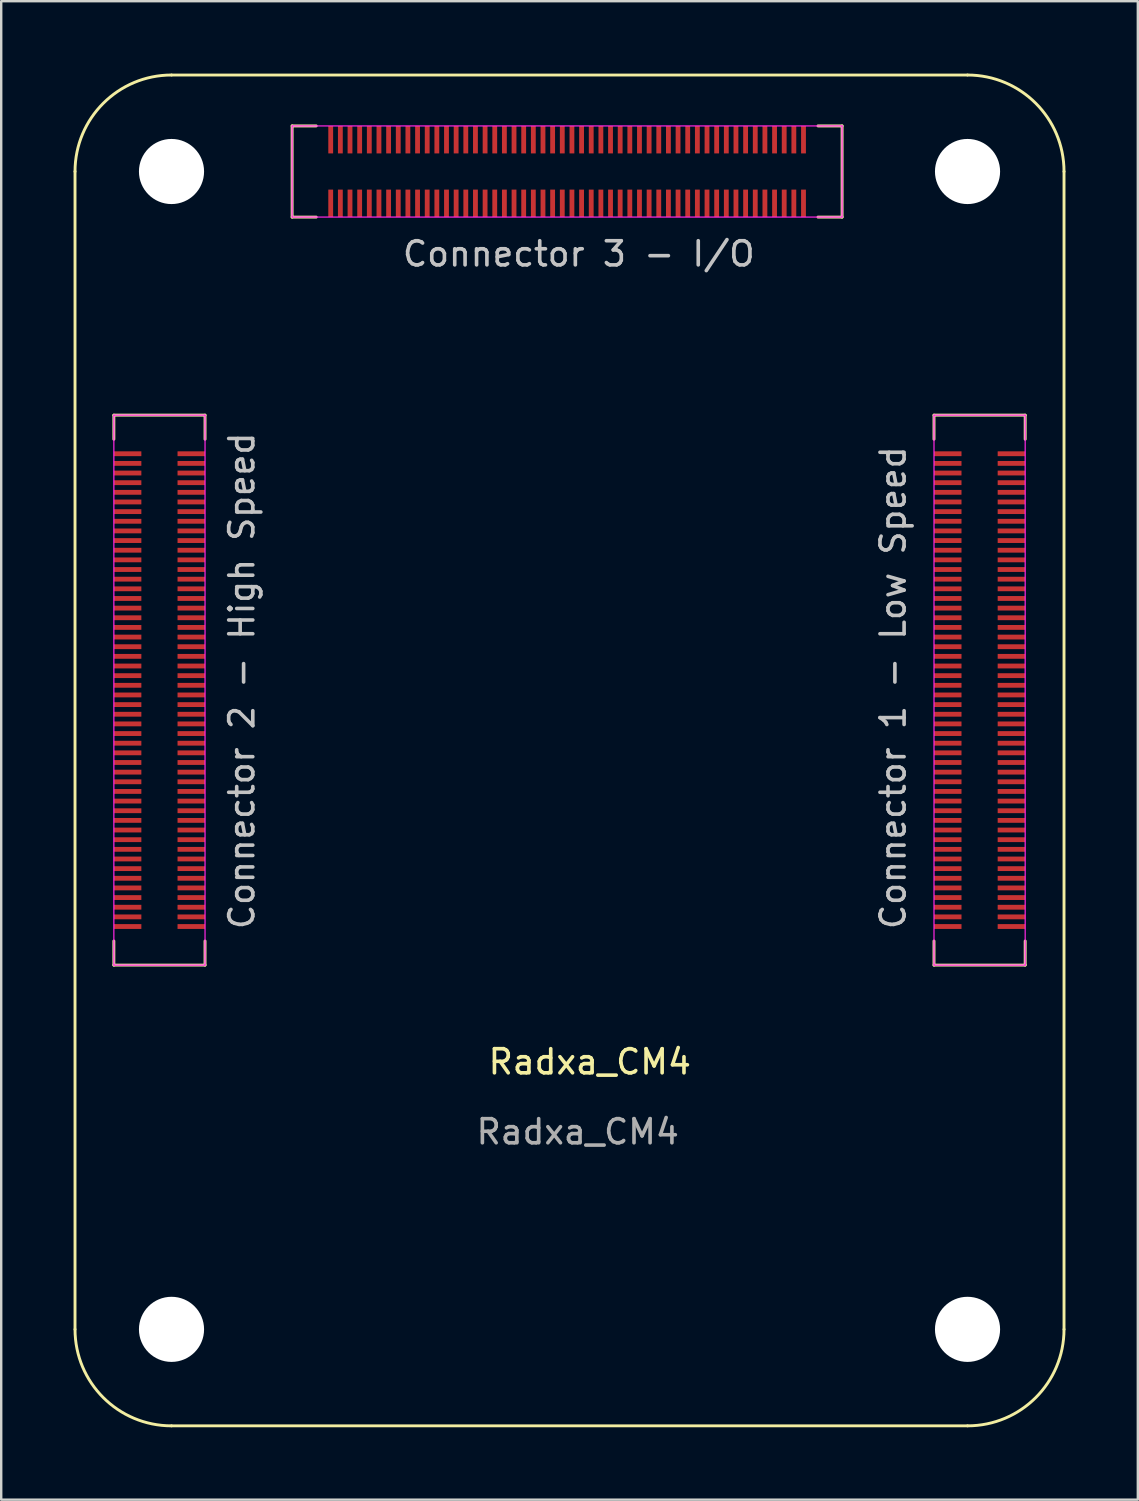
<source format=kicad_pcb>
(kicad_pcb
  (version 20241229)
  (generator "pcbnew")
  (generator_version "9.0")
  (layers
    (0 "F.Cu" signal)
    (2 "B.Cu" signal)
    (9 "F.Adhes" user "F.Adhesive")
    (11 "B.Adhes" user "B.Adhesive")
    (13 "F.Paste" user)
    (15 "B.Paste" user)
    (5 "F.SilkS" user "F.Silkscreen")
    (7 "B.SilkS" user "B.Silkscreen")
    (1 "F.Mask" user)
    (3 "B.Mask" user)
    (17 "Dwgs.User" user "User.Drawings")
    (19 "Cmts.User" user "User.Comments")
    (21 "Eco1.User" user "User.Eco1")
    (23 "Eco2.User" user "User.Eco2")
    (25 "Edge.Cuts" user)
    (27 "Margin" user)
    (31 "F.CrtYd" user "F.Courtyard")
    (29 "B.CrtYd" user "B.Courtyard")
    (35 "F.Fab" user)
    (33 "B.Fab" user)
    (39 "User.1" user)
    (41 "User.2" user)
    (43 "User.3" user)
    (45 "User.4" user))
  (footprint "Radxa_CM4"
    (layer "F.Cu")
    (at 4.06 52.06)
    (property "Reference" "Radxa_CM4" (at 17.34 -11.09 0) (unlocked yes) (layer "F.SilkS") (effects (font (size 1 1) (thickness 0.15))))
    (attr smd)
    (fp_rect (start -2.39 -36.4) (end -1.69 -36.2) (stroke (width 0) (type solid)) (fill yes) (layer "F.Mask"))
    (fp_rect (start -2.39 -36) (end -1.69 -35.8) (stroke (width 0) (type solid)) (fill yes) (layer "F.Mask"))
    (fp_rect (start -2.39 -35.6) (end -1.69 -35.4) (stroke (width 0) (type solid)) (fill yes) (layer "F.Mask"))
    (fp_rect (start -2.39 -35.2) (end -1.69 -35) (stroke (width 0) (type solid)) (fill yes) (layer "F.Mask"))
    (fp_rect (start -2.39 -34.8) (end -1.69 -34.6) (stroke (width 0) (type solid)) (fill yes) (layer "F.Mask"))
    (fp_rect (start -2.39 -34.4) (end -1.69 -34.2) (stroke (width 0) (type solid)) (fill yes) (layer "F.Mask"))
    (fp_rect (start -2.39 -34) (end -1.69 -33.8) (stroke (width 0) (type solid)) (fill yes) (layer "F.Mask"))
    (fp_rect (start -2.39 -33.6) (end -1.69 -33.4) (stroke (width 0) (type solid)) (fill yes) (layer "F.Mask"))
    (fp_rect (start -2.39 -33.2) (end -1.69 -33) (stroke (width 0) (type solid)) (fill yes) (layer "F.Mask"))
    (fp_rect (start -2.39 -32.8) (end -1.69 -32.6) (stroke (width 0) (type solid)) (fill yes) (layer "F.Mask"))
    (fp_rect (start -2.39 -32.4) (end -1.69 -32.2) (stroke (width 0) (type solid)) (fill yes) (layer "F.Mask"))
    (fp_rect (start -2.39 -32) (end -1.69 -31.8) (stroke (width 0) (type solid)) (fill yes) (layer "F.Mask"))
    (fp_rect (start -2.39 -31.6) (end -1.69 -31.4) (stroke (width 0) (type solid)) (fill yes) (layer "F.Mask"))
    (fp_rect (start -2.39 -31.2) (end -1.69 -31) (stroke (width 0) (type solid)) (fill yes) (layer "F.Mask"))
    (fp_rect (start -2.39 -30.8) (end -1.69 -30.6) (stroke (width 0) (type solid)) (fill yes) (layer "F.Mask"))
    (fp_rect (start -2.39 -30.4) (end -1.69 -30.2) (stroke (width 0) (type solid)) (fill yes) (layer "F.Mask"))
    (fp_rect (start -2.39 -30) (end -1.69 -29.8) (stroke (width 0) (type solid)) (fill yes) (layer "F.Mask"))
    (fp_rect (start -2.39 -29.6) (end -1.69 -29.4) (stroke (width 0) (type solid)) (fill yes) (layer "F.Mask"))
    (fp_rect (start -2.39 -29.2) (end -1.69 -29) (stroke (width 0) (type solid)) (fill yes) (layer "F.Mask"))
    (fp_rect (start -2.39 -28.8) (end -1.69 -28.6) (stroke (width 0) (type solid)) (fill yes) (layer "F.Mask"))
    (fp_rect (start -2.39 -28.4) (end -1.69 -28.2) (stroke (width 0) (type solid)) (fill yes) (layer "F.Mask"))
    (fp_rect (start -2.39 -28) (end -1.69 -27.8) (stroke (width 0) (type solid)) (fill yes) (layer "F.Mask"))
    (fp_rect (start -2.39 -27.6) (end -1.69 -27.4) (stroke (width 0) (type solid)) (fill yes) (layer "F.Mask"))
    (fp_rect (start -2.39 -27.2) (end -1.69 -27) (stroke (width 0) (type solid)) (fill yes) (layer "F.Mask"))
    (fp_rect (start -2.39 -26.8) (end -1.69 -26.6) (stroke (width 0) (type solid)) (fill yes) (layer "F.Mask"))
    (fp_rect (start -2.39 -26.4) (end -1.69 -26.2) (stroke (width 0) (type solid)) (fill yes) (layer "F.Mask"))
    (fp_rect (start -2.39 -26) (end -1.69 -25.8) (stroke (width 0) (type solid)) (fill yes) (layer "F.Mask"))
    (fp_rect (start -2.39 -25.6) (end -1.69 -25.4) (stroke (width 0) (type solid)) (fill yes) (layer "F.Mask"))
    (fp_rect (start -2.39 -25.2) (end -1.69 -25) (stroke (width 0) (type solid)) (fill yes) (layer "F.Mask"))
    (fp_rect (start -2.39 -24.8) (end -1.69 -24.6) (stroke (width 0) (type solid)) (fill yes) (layer "F.Mask"))
    (fp_rect (start -2.39 -24.4) (end -1.69 -24.2) (stroke (width 0) (type solid)) (fill yes) (layer "F.Mask"))
    (fp_rect (start -2.39 -24) (end -1.69 -23.8) (stroke (width 0) (type solid)) (fill yes) (layer "F.Mask"))
    (fp_rect (start -2.39 -23.6) (end -1.69 -23.4) (stroke (width 0) (type solid)) (fill yes) (layer "F.Mask"))
    (fp_rect (start -2.39 -23.2) (end -1.69 -23) (stroke (width 0) (type solid)) (fill yes) (layer "F.Mask"))
    (fp_rect (start -2.39 -22.8) (end -1.69 -22.6) (stroke (width 0) (type solid)) (fill yes) (layer "F.Mask"))
    (fp_rect (start -2.39 -22.4) (end -1.69 -22.2) (stroke (width 0) (type solid)) (fill yes) (layer "F.Mask"))
    (fp_rect (start -2.39 -22) (end -1.69 -21.8) (stroke (width 0) (type solid)) (fill yes) (layer "F.Mask"))
    (fp_rect (start -2.39 -21.6) (end -1.69 -21.4) (stroke (width 0) (type solid)) (fill yes) (layer "F.Mask"))
    (fp_rect (start -2.39 -21.2) (end -1.69 -21) (stroke (width 0) (type solid)) (fill yes) (layer "F.Mask"))
    (fp_rect (start -2.39 -20.8) (end -1.69 -20.6) (stroke (width 0) (type solid)) (fill yes) (layer "F.Mask"))
    (fp_rect (start -2.39 -20.4) (end -1.69 -20.2) (stroke (width 0) (type solid)) (fill yes) (layer "F.Mask"))
    (fp_rect (start -2.39 -20) (end -1.69 -19.8) (stroke (width 0) (type solid)) (fill yes) (layer "F.Mask"))
    (fp_rect (start -2.39 -19.6) (end -1.69 -19.4) (stroke (width 0) (type solid)) (fill yes) (layer "F.Mask"))
    (fp_rect (start -2.39 -19.2) (end -1.69 -19) (stroke (width 0) (type solid)) (fill yes) (layer "F.Mask"))
    (fp_rect (start -2.39 -18.8) (end -1.69 -18.6) (stroke (width 0) (type solid)) (fill yes) (layer "F.Mask"))
    (fp_rect (start -2.39 -18.4) (end -1.69 -18.2) (stroke (width 0) (type solid)) (fill yes) (layer "F.Mask"))
    (fp_rect (start -2.39 -18) (end -1.69 -17.8) (stroke (width 0) (type solid)) (fill yes) (layer "F.Mask"))
    (fp_rect (start -2.39 -17.6) (end -1.69 -17.4) (stroke (width 0) (type solid)) (fill yes) (layer "F.Mask"))
    (fp_rect (start -2.39 -17.2) (end -1.69 -17) (stroke (width 0) (type solid)) (fill yes) (layer "F.Mask"))
    (fp_rect (start -2.39 -16.8) (end -1.69 -16.6) (stroke (width 0) (type solid)) (fill yes) (layer "F.Mask"))
    (fp_rect (start 0.69 -36.4) (end 1.39 -36.2) (stroke (width 0) (type solid)) (fill yes) (layer "F.Mask"))
    (fp_rect (start 0.69 -36) (end 1.39 -35.8) (stroke (width 0) (type solid)) (fill yes) (layer "F.Mask"))
    (fp_rect (start 0.69 -35.6) (end 1.39 -35.4) (stroke (width 0) (type solid)) (fill yes) (layer "F.Mask"))
    (fp_rect (start 0.69 -35.2) (end 1.39 -35) (stroke (width 0) (type solid)) (fill yes) (layer "F.Mask"))
    (fp_rect (start 0.69 -34.8) (end 1.39 -34.6) (stroke (width 0) (type solid)) (fill yes) (layer "F.Mask"))
    (fp_rect (start 0.69 -34.4) (end 1.39 -34.2) (stroke (width 0) (type solid)) (fill yes) (layer "F.Mask"))
    (fp_rect (start 0.69 -34) (end 1.39 -33.8) (stroke (width 0) (type solid)) (fill yes) (layer "F.Mask"))
    (fp_rect (start 0.69 -33.6) (end 1.39 -33.4) (stroke (width 0) (type solid)) (fill yes) (layer "F.Mask"))
    (fp_rect (start 0.69 -33.2) (end 1.39 -33) (stroke (width 0) (type solid)) (fill yes) (layer "F.Mask"))
    (fp_rect (start 0.69 -32.8) (end 1.39 -32.6) (stroke (width 0) (type solid)) (fill yes) (layer "F.Mask"))
    (fp_rect (start 0.69 -32.4) (end 1.39 -32.2) (stroke (width 0) (type solid)) (fill yes) (layer "F.Mask"))
    (fp_rect (start 0.69 -32) (end 1.39 -31.8) (stroke (width 0) (type solid)) (fill yes) (layer "F.Mask"))
    (fp_rect (start 0.69 -31.6) (end 1.39 -31.4) (stroke (width 0) (type solid)) (fill yes) (layer "F.Mask"))
    (fp_rect (start 0.69 -31.2) (end 1.39 -31) (stroke (width 0) (type solid)) (fill yes) (layer "F.Mask"))
    (fp_rect (start 0.69 -30.8) (end 1.39 -30.6) (stroke (width 0) (type solid)) (fill yes) (layer "F.Mask"))
    (fp_rect (start 0.69 -30.4) (end 1.39 -30.2) (stroke (width 0) (type solid)) (fill yes) (layer "F.Mask"))
    (fp_rect (start 0.69 -30) (end 1.39 -29.8) (stroke (width 0) (type solid)) (fill yes) (layer "F.Mask"))
    (fp_rect (start 0.69 -29.6) (end 1.39 -29.4) (stroke (width 0) (type solid)) (fill yes) (layer "F.Mask"))
    (fp_rect (start 0.69 -29.2) (end 1.39 -29) (stroke (width 0) (type solid)) (fill yes) (layer "F.Mask"))
    (fp_rect (start 0.69 -28.8) (end 1.39 -28.6) (stroke (width 0) (type solid)) (fill yes) (layer "F.Mask"))
    (fp_rect (start 0.69 -28.4) (end 1.39 -28.2) (stroke (width 0) (type solid)) (fill yes) (layer "F.Mask"))
    (fp_rect (start 0.69 -28) (end 1.39 -27.8) (stroke (width 0) (type solid)) (fill yes) (layer "F.Mask"))
    (fp_rect (start 0.69 -27.6) (end 1.39 -27.4) (stroke (width 0) (type solid)) (fill yes) (layer "F.Mask"))
    (fp_rect (start 0.69 -27.2) (end 1.39 -27) (stroke (width 0) (type solid)) (fill yes) (layer "F.Mask"))
    (fp_rect (start 0.69 -26.8) (end 1.39 -26.6) (stroke (width 0) (type solid)) (fill yes) (layer "F.Mask"))
    (fp_rect (start 0.69 -26.4) (end 1.39 -26.2) (stroke (width 0) (type solid)) (fill yes) (layer "F.Mask"))
    (fp_rect (start 0.69 -26) (end 1.39 -25.8) (stroke (width 0) (type solid)) (fill yes) (layer "F.Mask"))
    (fp_rect (start 0.69 -25.6) (end 1.39 -25.4) (stroke (width 0) (type solid)) (fill yes) (layer "F.Mask"))
    (fp_rect (start 0.69 -25.2) (end 1.39 -25) (stroke (width 0) (type solid)) (fill yes) (layer "F.Mask"))
    (fp_rect (start 0.69 -24.8) (end 1.39 -24.6) (stroke (width 0) (type solid)) (fill yes) (layer "F.Mask"))
    (fp_rect (start 0.69 -24.4) (end 1.39 -24.2) (stroke (width 0) (type solid)) (fill yes) (layer "F.Mask"))
    (fp_rect (start 0.69 -24) (end 1.39 -23.8) (stroke (width 0) (type solid)) (fill yes) (layer "F.Mask"))
    (fp_rect (start 0.69 -23.6) (end 1.39 -23.4) (stroke (width 0) (type solid)) (fill yes) (layer "F.Mask"))
    (fp_rect (start 0.69 -23.2) (end 1.39 -23) (stroke (width 0) (type solid)) (fill yes) (layer "F.Mask"))
    (fp_rect (start 0.69 -22.8) (end 1.39 -22.6) (stroke (width 0) (type solid)) (fill yes) (layer "F.Mask"))
    (fp_rect (start 0.69 -22.4) (end 1.39 -22.2) (stroke (width 0) (type solid)) (fill yes) (layer "F.Mask"))
    (fp_rect (start 0.69 -22) (end 1.39 -21.8) (stroke (width 0) (type solid)) (fill yes) (layer "F.Mask"))
    (fp_rect (start 0.69 -21.6) (end 1.39 -21.4) (stroke (width 0) (type solid)) (fill yes) (layer "F.Mask"))
    (fp_rect (start 0.69 -21.2) (end 1.39 -21) (stroke (width 0) (type solid)) (fill yes) (layer "F.Mask"))
    (fp_rect (start 0.69 -20.8) (end 1.39 -20.6) (stroke (width 0) (type solid)) (fill yes) (layer "F.Mask"))
    (fp_rect (start 0.69 -20.4) (end 1.39 -20.2) (stroke (width 0) (type solid)) (fill yes) (layer "F.Mask"))
    (fp_rect (start 0.69 -20) (end 1.39 -19.8) (stroke (width 0) (type solid)) (fill yes) (layer "F.Mask"))
    (fp_rect (start 0.69 -19.6) (end 1.39 -19.4) (stroke (width 0) (type solid)) (fill yes) (layer "F.Mask"))
    (fp_rect (start 0.69 -19.2) (end 1.39 -19) (stroke (width 0) (type solid)) (fill yes) (layer "F.Mask"))
    (fp_rect (start 0.69 -18.8) (end 1.39 -18.6) (stroke (width 0) (type solid)) (fill yes) (layer "F.Mask"))
    (fp_rect (start 0.69 -18.4) (end 1.39 -18.2) (stroke (width 0) (type solid)) (fill yes) (layer "F.Mask"))
    (fp_rect (start 0.69 -18) (end 1.39 -17.8) (stroke (width 0) (type solid)) (fill yes) (layer "F.Mask"))
    (fp_rect (start 0.69 -17.6) (end 1.39 -17.4) (stroke (width 0) (type solid)) (fill yes) (layer "F.Mask"))
    (fp_rect (start 0.69 -17.2) (end 1.39 -17) (stroke (width 0) (type solid)) (fill yes) (layer "F.Mask"))
    (fp_rect (start 0.69 -16.8) (end 1.39 -16.6) (stroke (width 0) (type solid)) (fill yes) (layer "F.Mask"))
    (fp_rect (start 6.5 -49.89) (end 6.7 -49.19) (stroke (width 0) (type solid)) (fill yes) (layer "F.Mask"))
    (fp_rect (start 6.5 -46.81) (end 6.7 -46.11) (stroke (width 0) (type solid)) (fill yes) (layer "F.Mask"))
    (fp_rect (start 6.9 -49.89) (end 7.1 -49.19) (stroke (width 0) (type solid)) (fill yes) (layer "F.Mask"))
    (fp_rect (start 6.9 -46.81) (end 7.1 -46.11) (stroke (width 0) (type solid)) (fill yes) (layer "F.Mask"))
    (fp_rect (start 7.3 -49.89) (end 7.5 -49.19) (stroke (width 0) (type solid)) (fill yes) (layer "F.Mask"))
    (fp_rect (start 7.3 -46.81) (end 7.5 -46.11) (stroke (width 0) (type solid)) (fill yes) (layer "F.Mask"))
    (fp_rect (start 7.7 -49.89) (end 7.9 -49.19) (stroke (width 0) (type solid)) (fill yes) (layer "F.Mask"))
    (fp_rect (start 7.7 -46.81) (end 7.9 -46.11) (stroke (width 0) (type solid)) (fill yes) (layer "F.Mask"))
    (fp_rect (start 8.1 -49.89) (end 8.3 -49.19) (stroke (width 0) (type solid)) (fill yes) (layer "F.Mask"))
    (fp_rect (start 8.1 -46.81) (end 8.3 -46.11) (stroke (width 0) (type solid)) (fill yes) (layer "F.Mask"))
    (fp_rect (start 8.5 -49.89) (end 8.7 -49.19) (stroke (width 0) (type solid)) (fill yes) (layer "F.Mask"))
    (fp_rect (start 8.5 -46.81) (end 8.7 -46.11) (stroke (width 0) (type solid)) (fill yes) (layer "F.Mask"))
    (fp_rect (start 8.9 -49.89) (end 9.1 -49.19) (stroke (width 0) (type solid)) (fill yes) (layer "F.Mask"))
    (fp_rect (start 8.9 -46.81) (end 9.1 -46.11) (stroke (width 0) (type solid)) (fill yes) (layer "F.Mask"))
    (fp_rect (start 9.3 -49.89) (end 9.5 -49.19) (stroke (width 0) (type solid)) (fill yes) (layer "F.Mask"))
    (fp_rect (start 9.3 -46.81) (end 9.5 -46.11) (stroke (width 0) (type solid)) (fill yes) (layer "F.Mask"))
    (fp_rect (start 9.7 -49.89) (end 9.9 -49.19) (stroke (width 0) (type solid)) (fill yes) (layer "F.Mask"))
    (fp_rect (start 9.7 -46.81) (end 9.9 -46.11) (stroke (width 0) (type solid)) (fill yes) (layer "F.Mask"))
    (fp_rect (start 10.1 -49.89) (end 10.3 -49.19) (stroke (width 0) (type solid)) (fill yes) (layer "F.Mask"))
    (fp_rect (start 10.1 -46.81) (end 10.3 -46.11) (stroke (width 0) (type solid)) (fill yes) (layer "F.Mask"))
    (fp_rect (start 10.5 -49.89) (end 10.7 -49.19) (stroke (width 0) (type solid)) (fill yes) (layer "F.Mask"))
    (fp_rect (start 10.5 -46.81) (end 10.7 -46.11) (stroke (width 0) (type solid)) (fill yes) (layer "F.Mask"))
    (fp_rect (start 10.9 -49.89) (end 11.1 -49.19) (stroke (width 0) (type solid)) (fill yes) (layer "F.Mask"))
    (fp_rect (start 10.9 -46.81) (end 11.1 -46.11) (stroke (width 0) (type solid)) (fill yes) (layer "F.Mask"))
    (fp_rect (start 11.3 -49.89) (end 11.5 -49.19) (stroke (width 0) (type solid)) (fill yes) (layer "F.Mask"))
    (fp_rect (start 11.3 -46.81) (end 11.5 -46.11) (stroke (width 0) (type solid)) (fill yes) (layer "F.Mask"))
    (fp_rect (start 11.7 -49.89) (end 11.9 -49.19) (stroke (width 0) (type solid)) (fill yes) (layer "F.Mask"))
    (fp_rect (start 11.7 -46.81) (end 11.9 -46.11) (stroke (width 0) (type solid)) (fill yes) (layer "F.Mask"))
    (fp_rect (start 12.1 -49.89) (end 12.3 -49.19) (stroke (width 0) (type solid)) (fill yes) (layer "F.Mask"))
    (fp_rect (start 12.1 -46.81) (end 12.3 -46.11) (stroke (width 0) (type solid)) (fill yes) (layer "F.Mask"))
    (fp_rect (start 12.5 -49.89) (end 12.7 -49.19) (stroke (width 0) (type solid)) (fill yes) (layer "F.Mask"))
    (fp_rect (start 12.5 -46.81) (end 12.7 -46.11) (stroke (width 0) (type solid)) (fill yes) (layer "F.Mask"))
    (fp_rect (start 12.9 -49.89) (end 13.1 -49.19) (stroke (width 0) (type solid)) (fill yes) (layer "F.Mask"))
    (fp_rect (start 12.9 -46.81) (end 13.1 -46.11) (stroke (width 0) (type solid)) (fill yes) (layer "F.Mask"))
    (fp_rect (start 13.3 -49.89) (end 13.5 -49.19) (stroke (width 0) (type solid)) (fill yes) (layer "F.Mask"))
    (fp_rect (start 13.3 -46.81) (end 13.5 -46.11) (stroke (width 0) (type solid)) (fill yes) (layer "F.Mask"))
    (fp_rect (start 13.7 -49.89) (end 13.9 -49.19) (stroke (width 0) (type solid)) (fill yes) (layer "F.Mask"))
    (fp_rect (start 13.7 -46.81) (end 13.9 -46.11) (stroke (width 0) (type solid)) (fill yes) (layer "F.Mask"))
    (fp_rect (start 14.1 -49.89) (end 14.3 -49.19) (stroke (width 0) (type solid)) (fill yes) (layer "F.Mask"))
    (fp_rect (start 14.1 -46.81) (end 14.3 -46.11) (stroke (width 0) (type solid)) (fill yes) (layer "F.Mask"))
    (fp_rect (start 14.5 -49.89) (end 14.7 -49.19) (stroke (width 0) (type solid)) (fill yes) (layer "F.Mask"))
    (fp_rect (start 14.5 -46.81) (end 14.7 -46.11) (stroke (width 0) (type solid)) (fill yes) (layer "F.Mask"))
    (fp_rect (start 14.9 -49.89) (end 15.1 -49.19) (stroke (width 0) (type solid)) (fill yes) (layer "F.Mask"))
    (fp_rect (start 14.9 -46.81) (end 15.1 -46.11) (stroke (width 0) (type solid)) (fill yes) (layer "F.Mask"))
    (fp_rect (start 15.3 -49.89) (end 15.5 -49.19) (stroke (width 0) (type solid)) (fill yes) (layer "F.Mask"))
    (fp_rect (start 15.3 -46.81) (end 15.5 -46.11) (stroke (width 0) (type solid)) (fill yes) (layer "F.Mask"))
    (fp_rect (start 15.7 -49.89) (end 15.9 -49.19) (stroke (width 0) (type solid)) (fill yes) (layer "F.Mask"))
    (fp_rect (start 15.7 -46.81) (end 15.9 -46.11) (stroke (width 0) (type solid)) (fill yes) (layer "F.Mask"))
    (fp_rect (start 16.1 -49.89) (end 16.3 -49.19) (stroke (width 0) (type solid)) (fill yes) (layer "F.Mask"))
    (fp_rect (start 16.1 -46.81) (end 16.3 -46.11) (stroke (width 0) (type solid)) (fill yes) (layer "F.Mask"))
    (fp_rect (start 16.5 -49.89) (end 16.7 -49.19) (stroke (width 0) (type solid)) (fill yes) (layer "F.Mask"))
    (fp_rect (start 16.5 -46.81) (end 16.7 -46.11) (stroke (width 0) (type solid)) (fill yes) (layer "F.Mask"))
    (fp_rect (start 16.9 -49.89) (end 17.1 -49.19) (stroke (width 0) (type solid)) (fill yes) (layer "F.Mask"))
    (fp_rect (start 16.9 -46.81) (end 17.1 -46.11) (stroke (width 0) (type solid)) (fill yes) (layer "F.Mask"))
    (fp_rect (start 17.3 -49.89) (end 17.5 -49.19) (stroke (width 0) (type solid)) (fill yes) (layer "F.Mask"))
    (fp_rect (start 17.3 -46.81) (end 17.5 -46.11) (stroke (width 0) (type solid)) (fill yes) (layer "F.Mask"))
    (fp_rect (start 17.7 -49.89) (end 17.9 -49.19) (stroke (width 0) (type solid)) (fill yes) (layer "F.Mask"))
    (fp_rect (start 17.7 -46.81) (end 17.9 -46.11) (stroke (width 0) (type solid)) (fill yes) (layer "F.Mask"))
    (fp_rect (start 18.1 -49.89) (end 18.3 -49.19) (stroke (width 0) (type solid)) (fill yes) (layer "F.Mask"))
    (fp_rect (start 18.1 -46.81) (end 18.3 -46.11) (stroke (width 0) (type solid)) (fill yes) (layer "F.Mask"))
    (fp_rect (start 18.5 -49.89) (end 18.7 -49.19) (stroke (width 0) (type solid)) (fill yes) (layer "F.Mask"))
    (fp_rect (start 18.5 -46.81) (end 18.7 -46.11) (stroke (width 0) (type solid)) (fill yes) (layer "F.Mask"))
    (fp_rect (start 18.9 -49.89) (end 19.1 -49.19) (stroke (width 0) (type solid)) (fill yes) (layer "F.Mask"))
    (fp_rect (start 18.9 -46.81) (end 19.1 -46.11) (stroke (width 0) (type solid)) (fill yes) (layer "F.Mask"))
    (fp_rect (start 19.3 -49.89) (end 19.5 -49.19) (stroke (width 0) (type solid)) (fill yes) (layer "F.Mask"))
    (fp_rect (start 19.3 -46.81) (end 19.5 -46.11) (stroke (width 0) (type solid)) (fill yes) (layer "F.Mask"))
    (fp_rect (start 19.7 -49.89) (end 19.9 -49.19) (stroke (width 0) (type solid)) (fill yes) (layer "F.Mask"))
    (fp_rect (start 19.7 -46.81) (end 19.9 -46.11) (stroke (width 0) (type solid)) (fill yes) (layer "F.Mask"))
    (fp_rect (start 20.1 -49.89) (end 20.3 -49.19) (stroke (width 0) (type solid)) (fill yes) (layer "F.Mask"))
    (fp_rect (start 20.1 -46.81) (end 20.3 -46.11) (stroke (width 0) (type solid)) (fill yes) (layer "F.Mask"))
    (fp_rect (start 20.5 -49.89) (end 20.7 -49.19) (stroke (width 0) (type solid)) (fill yes) (layer "F.Mask"))
    (fp_rect (start 20.5 -46.81) (end 20.7 -46.11) (stroke (width 0) (type solid)) (fill yes) (layer "F.Mask"))
    (fp_rect (start 20.9 -49.89) (end 21.1 -49.19) (stroke (width 0) (type solid)) (fill yes) (layer "F.Mask"))
    (fp_rect (start 20.9 -46.81) (end 21.1 -46.11) (stroke (width 0) (type solid)) (fill yes) (layer "F.Mask"))
    (fp_rect (start 21.3 -49.89) (end 21.5 -49.19) (stroke (width 0) (type solid)) (fill yes) (layer "F.Mask"))
    (fp_rect (start 21.3 -46.81) (end 21.5 -46.11) (stroke (width 0) (type solid)) (fill yes) (layer "F.Mask"))
    (fp_rect (start 21.7 -49.89) (end 21.9 -49.19) (stroke (width 0) (type solid)) (fill yes) (layer "F.Mask"))
    (fp_rect (start 21.7 -46.81) (end 21.9 -46.11) (stroke (width 0) (type solid)) (fill yes) (layer "F.Mask"))
    (fp_rect (start 22.1 -49.89) (end 22.3 -49.19) (stroke (width 0) (type solid)) (fill yes) (layer "F.Mask"))
    (fp_rect (start 22.1 -46.81) (end 22.3 -46.11) (stroke (width 0) (type solid)) (fill yes) (layer "F.Mask"))
    (fp_rect (start 22.5 -49.89) (end 22.7 -49.19) (stroke (width 0) (type solid)) (fill yes) (layer "F.Mask"))
    (fp_rect (start 22.5 -46.81) (end 22.7 -46.11) (stroke (width 0) (type solid)) (fill yes) (layer "F.Mask"))
    (fp_rect (start 22.9 -49.89) (end 23.1 -49.19) (stroke (width 0) (type solid)) (fill yes) (layer "F.Mask"))
    (fp_rect (start 22.9 -46.81) (end 23.1 -46.11) (stroke (width 0) (type solid)) (fill yes) (layer "F.Mask"))
    (fp_rect (start 23.3 -49.89) (end 23.5 -49.19) (stroke (width 0) (type solid)) (fill yes) (layer "F.Mask"))
    (fp_rect (start 23.3 -46.81) (end 23.5 -46.11) (stroke (width 0) (type solid)) (fill yes) (layer "F.Mask"))
    (fp_rect (start 23.7 -49.89) (end 23.9 -49.19) (stroke (width 0) (type solid)) (fill yes) (layer "F.Mask"))
    (fp_rect (start 23.7 -46.81) (end 23.9 -46.11) (stroke (width 0) (type solid)) (fill yes) (layer "F.Mask"))
    (fp_rect (start 24.1 -49.89) (end 24.3 -49.19) (stroke (width 0) (type solid)) (fill yes) (layer "F.Mask"))
    (fp_rect (start 24.1 -46.81) (end 24.3 -46.11) (stroke (width 0) (type solid)) (fill yes) (layer "F.Mask"))
    (fp_rect (start 24.5 -49.89) (end 24.7 -49.19) (stroke (width 0) (type solid)) (fill yes) (layer "F.Mask"))
    (fp_rect (start 24.5 -46.81) (end 24.7 -46.11) (stroke (width 0) (type solid)) (fill yes) (layer "F.Mask"))
    (fp_rect (start 24.9 -49.89) (end 25.1 -49.19) (stroke (width 0) (type solid)) (fill yes) (layer "F.Mask"))
    (fp_rect (start 24.9 -46.81) (end 25.1 -46.11) (stroke (width 0) (type solid)) (fill yes) (layer "F.Mask"))
    (fp_rect (start 25.3 -49.89) (end 25.5 -49.19) (stroke (width 0) (type solid)) (fill yes) (layer "F.Mask"))
    (fp_rect (start 25.3 -46.81) (end 25.5 -46.11) (stroke (width 0) (type solid)) (fill yes) (layer "F.Mask"))
    (fp_rect (start 25.7 -49.89) (end 25.9 -49.19) (stroke (width 0) (type solid)) (fill yes) (layer "F.Mask"))
    (fp_rect (start 25.7 -46.81) (end 25.9 -46.11) (stroke (width 0) (type solid)) (fill yes) (layer "F.Mask"))
    (fp_rect (start 26.1 -49.89) (end 26.3 -49.19) (stroke (width 0) (type solid)) (fill yes) (layer "F.Mask"))
    (fp_rect (start 26.1 -46.81) (end 26.3 -46.11) (stroke (width 0) (type solid)) (fill yes) (layer "F.Mask"))
    (fp_rect (start 31.61 -36.4) (end 32.31 -36.2) (stroke (width 0) (type solid)) (fill yes) (layer "F.Mask"))
    (fp_rect (start 31.61 -36) (end 32.31 -35.8) (stroke (width 0) (type solid)) (fill yes) (layer "F.Mask"))
    (fp_rect (start 31.61 -35.6) (end 32.31 -35.4) (stroke (width 0) (type solid)) (fill yes) (layer "F.Mask"))
    (fp_rect (start 31.61 -35.2) (end 32.31 -35) (stroke (width 0) (type solid)) (fill yes) (layer "F.Mask"))
    (fp_rect (start 31.61 -34.8) (end 32.31 -34.6) (stroke (width 0) (type solid)) (fill yes) (layer "F.Mask"))
    (fp_rect (start 31.61 -34.4) (end 32.31 -34.2) (stroke (width 0) (type solid)) (fill yes) (layer "F.Mask"))
    (fp_rect (start 31.61 -34) (end 32.31 -33.8) (stroke (width 0) (type solid)) (fill yes) (layer "F.Mask"))
    (fp_rect (start 31.61 -33.6) (end 32.31 -33.4) (stroke (width 0) (type solid)) (fill yes) (layer "F.Mask"))
    (fp_rect (start 31.61 -33.2) (end 32.31 -33) (stroke (width 0) (type solid)) (fill yes) (layer "F.Mask"))
    (fp_rect (start 31.61 -32.8) (end 32.31 -32.6) (stroke (width 0) (type solid)) (fill yes) (layer "F.Mask"))
    (fp_rect (start 31.61 -32.4) (end 32.31 -32.2) (stroke (width 0) (type solid)) (fill yes) (layer "F.Mask"))
    (fp_rect (start 31.61 -32) (end 32.31 -31.8) (stroke (width 0) (type solid)) (fill yes) (layer "F.Mask"))
    (fp_rect (start 31.61 -31.6) (end 32.31 -31.4) (stroke (width 0) (type solid)) (fill yes) (layer "F.Mask"))
    (fp_rect (start 31.61 -31.2) (end 32.31 -31) (stroke (width 0) (type solid)) (fill yes) (layer "F.Mask"))
    (fp_rect (start 31.61 -30.8) (end 32.31 -30.6) (stroke (width 0) (type solid)) (fill yes) (layer "F.Mask"))
    (fp_rect (start 31.61 -30.4) (end 32.31 -30.2) (stroke (width 0) (type solid)) (fill yes) (layer "F.Mask"))
    (fp_rect (start 31.61 -30) (end 32.31 -29.8) (stroke (width 0) (type solid)) (fill yes) (layer "F.Mask"))
    (fp_rect (start 31.61 -29.6) (end 32.31 -29.4) (stroke (width 0) (type solid)) (fill yes) (layer "F.Mask"))
    (fp_rect (start 31.61 -29.2) (end 32.31 -29) (stroke (width 0) (type solid)) (fill yes) (layer "F.Mask"))
    (fp_rect (start 31.61 -28.8) (end 32.31 -28.6) (stroke (width 0) (type solid)) (fill yes) (layer "F.Mask"))
    (fp_rect (start 31.61 -28.4) (end 32.31 -28.2) (stroke (width 0) (type solid)) (fill yes) (layer "F.Mask"))
    (fp_rect (start 31.61 -28) (end 32.31 -27.8) (stroke (width 0) (type solid)) (fill yes) (layer "F.Mask"))
    (fp_rect (start 31.61 -27.6) (end 32.31 -27.4) (stroke (width 0) (type solid)) (fill yes) (layer "F.Mask"))
    (fp_rect (start 31.61 -27.2) (end 32.31 -27) (stroke (width 0) (type solid)) (fill yes) (layer "F.Mask"))
    (fp_rect (start 31.61 -26.8) (end 32.31 -26.6) (stroke (width 0) (type solid)) (fill yes) (layer "F.Mask"))
    (fp_rect (start 31.61 -26.4) (end 32.31 -26.2) (stroke (width 0) (type solid)) (fill yes) (layer "F.Mask"))
    (fp_rect (start 31.61 -26) (end 32.31 -25.8) (stroke (width 0) (type solid)) (fill yes) (layer "F.Mask"))
    (fp_rect (start 31.61 -25.6) (end 32.31 -25.4) (stroke (width 0) (type solid)) (fill yes) (layer "F.Mask"))
    (fp_rect (start 31.61 -25.2) (end 32.31 -25) (stroke (width 0) (type solid)) (fill yes) (layer "F.Mask"))
    (fp_rect (start 31.61 -24.8) (end 32.31 -24.6) (stroke (width 0) (type solid)) (fill yes) (layer "F.Mask"))
    (fp_rect (start 31.61 -24.4) (end 32.31 -24.2) (stroke (width 0) (type solid)) (fill yes) (layer "F.Mask"))
    (fp_rect (start 31.61 -24) (end 32.31 -23.8) (stroke (width 0) (type solid)) (fill yes) (layer "F.Mask"))
    (fp_rect (start 31.61 -23.6) (end 32.31 -23.4) (stroke (width 0) (type solid)) (fill yes) (layer "F.Mask"))
    (fp_rect (start 31.61 -23.2) (end 32.31 -23) (stroke (width 0) (type solid)) (fill yes) (layer "F.Mask"))
    (fp_rect (start 31.61 -22.8) (end 32.31 -22.6) (stroke (width 0) (type solid)) (fill yes) (layer "F.Mask"))
    (fp_rect (start 31.61 -22.4) (end 32.31 -22.2) (stroke (width 0) (type solid)) (fill yes) (layer "F.Mask"))
    (fp_rect (start 31.61 -22) (end 32.31 -21.8) (stroke (width 0) (type solid)) (fill yes) (layer "F.Mask"))
    (fp_rect (start 31.61 -21.6) (end 32.31 -21.4) (stroke (width 0) (type solid)) (fill yes) (layer "F.Mask"))
    (fp_rect (start 31.61 -21.2) (end 32.31 -21) (stroke (width 0) (type solid)) (fill yes) (layer "F.Mask"))
    (fp_rect (start 31.61 -20.8) (end 32.31 -20.6) (stroke (width 0) (type solid)) (fill yes) (layer "F.Mask"))
    (fp_rect (start 31.61 -20.4) (end 32.31 -20.2) (stroke (width 0) (type solid)) (fill yes) (layer "F.Mask"))
    (fp_rect (start 31.61 -20) (end 32.31 -19.8) (stroke (width 0) (type solid)) (fill yes) (layer "F.Mask"))
    (fp_rect (start 31.61 -19.6) (end 32.31 -19.4) (stroke (width 0) (type solid)) (fill yes) (layer "F.Mask"))
    (fp_rect (start 31.61 -19.2) (end 32.31 -19) (stroke (width 0) (type solid)) (fill yes) (layer "F.Mask"))
    (fp_rect (start 31.61 -18.8) (end 32.31 -18.6) (stroke (width 0) (type solid)) (fill yes) (layer "F.Mask"))
    (fp_rect (start 31.61 -18.4) (end 32.31 -18.2) (stroke (width 0) (type solid)) (fill yes) (layer "F.Mask"))
    (fp_rect (start 31.61 -18) (end 32.31 -17.8) (stroke (width 0) (type solid)) (fill yes) (layer "F.Mask"))
    (fp_rect (start 31.61 -17.6) (end 32.31 -17.4) (stroke (width 0) (type solid)) (fill yes) (layer "F.Mask"))
    (fp_rect (start 31.61 -17.2) (end 32.31 -17) (stroke (width 0) (type solid)) (fill yes) (layer "F.Mask"))
    (fp_rect (start 31.61 -16.8) (end 32.31 -16.6) (stroke (width 0) (type solid)) (fill yes) (layer "F.Mask"))
    (fp_rect (start 34.69 -36.4) (end 35.39 -36.2) (stroke (width 0) (type solid)) (fill yes) (layer "F.Mask"))
    (fp_rect (start 34.69 -36) (end 35.39 -35.8) (stroke (width 0) (type solid)) (fill yes) (layer "F.Mask"))
    (fp_rect (start 34.69 -35.6) (end 35.39 -35.4) (stroke (width 0) (type solid)) (fill yes) (layer "F.Mask"))
    (fp_rect (start 34.69 -35.2) (end 35.39 -35) (stroke (width 0) (type solid)) (fill yes) (layer "F.Mask"))
    (fp_rect (start 34.69 -34.8) (end 35.39 -34.6) (stroke (width 0) (type solid)) (fill yes) (layer "F.Mask"))
    (fp_rect (start 34.69 -34.4) (end 35.39 -34.2) (stroke (width 0) (type solid)) (fill yes) (layer "F.Mask"))
    (fp_rect (start 34.69 -34) (end 35.39 -33.8) (stroke (width 0) (type solid)) (fill yes) (layer "F.Mask"))
    (fp_rect (start 34.69 -33.6) (end 35.39 -33.4) (stroke (width 0) (type solid)) (fill yes) (layer "F.Mask"))
    (fp_rect (start 34.69 -33.2) (end 35.39 -33) (stroke (width 0) (type solid)) (fill yes) (layer "F.Mask"))
    (fp_rect (start 34.69 -32.8) (end 35.39 -32.6) (stroke (width 0) (type solid)) (fill yes) (layer "F.Mask"))
    (fp_rect (start 34.69 -32.4) (end 35.39 -32.2) (stroke (width 0) (type solid)) (fill yes) (layer "F.Mask"))
    (fp_rect (start 34.69 -32) (end 35.39 -31.8) (stroke (width 0) (type solid)) (fill yes) (layer "F.Mask"))
    (fp_rect (start 34.69 -31.6) (end 35.39 -31.4) (stroke (width 0) (type solid)) (fill yes) (layer "F.Mask"))
    (fp_rect (start 34.69 -31.2) (end 35.39 -31) (stroke (width 0) (type solid)) (fill yes) (layer "F.Mask"))
    (fp_rect (start 34.69 -30.8) (end 35.39 -30.6) (stroke (width 0) (type solid)) (fill yes) (layer "F.Mask"))
    (fp_rect (start 34.69 -30.4) (end 35.39 -30.2) (stroke (width 0) (type solid)) (fill yes) (layer "F.Mask"))
    (fp_rect (start 34.69 -30) (end 35.39 -29.8) (stroke (width 0) (type solid)) (fill yes) (layer "F.Mask"))
    (fp_rect (start 34.69 -29.6) (end 35.39 -29.4) (stroke (width 0) (type solid)) (fill yes) (layer "F.Mask"))
    (fp_rect (start 34.69 -29.2) (end 35.39 -29) (stroke (width 0) (type solid)) (fill yes) (layer "F.Mask"))
    (fp_rect (start 34.69 -28.8) (end 35.39 -28.6) (stroke (width 0) (type solid)) (fill yes) (layer "F.Mask"))
    (fp_rect (start 34.69 -28.4) (end 35.39 -28.2) (stroke (width 0) (type solid)) (fill yes) (layer "F.Mask"))
    (fp_rect (start 34.69 -28) (end 35.39 -27.8) (stroke (width 0) (type solid)) (fill yes) (layer "F.Mask"))
    (fp_rect (start 34.69 -27.6) (end 35.39 -27.4) (stroke (width 0) (type solid)) (fill yes) (layer "F.Mask"))
    (fp_rect (start 34.69 -27.2) (end 35.39 -27) (stroke (width 0) (type solid)) (fill yes) (layer "F.Mask"))
    (fp_rect (start 34.69 -26.8) (end 35.39 -26.6) (stroke (width 0) (type solid)) (fill yes) (layer "F.Mask"))
    (fp_rect (start 34.69 -26.4) (end 35.39 -26.2) (stroke (width 0) (type solid)) (fill yes) (layer "F.Mask"))
    (fp_rect (start 34.69 -26) (end 35.39 -25.8) (stroke (width 0) (type solid)) (fill yes) (layer "F.Mask"))
    (fp_rect (start 34.69 -25.6) (end 35.39 -25.4) (stroke (width 0) (type solid)) (fill yes) (layer "F.Mask"))
    (fp_rect (start 34.69 -25.2) (end 35.39 -25) (stroke (width 0) (type solid)) (fill yes) (layer "F.Mask"))
    (fp_rect (start 34.69 -24.8) (end 35.39 -24.6) (stroke (width 0) (type solid)) (fill yes) (layer "F.Mask"))
    (fp_rect (start 34.69 -24.4) (end 35.39 -24.2) (stroke (width 0) (type solid)) (fill yes) (layer "F.Mask"))
    (fp_rect (start 34.69 -24) (end 35.39 -23.8) (stroke (width 0) (type solid)) (fill yes) (layer "F.Mask"))
    (fp_rect (start 34.69 -23.6) (end 35.39 -23.4) (stroke (width 0) (type solid)) (fill yes) (layer "F.Mask"))
    (fp_rect (start 34.69 -23.2) (end 35.39 -23) (stroke (width 0) (type solid)) (fill yes) (layer "F.Mask"))
    (fp_rect (start 34.69 -22.8) (end 35.39 -22.6) (stroke (width 0) (type solid)) (fill yes) (layer "F.Mask"))
    (fp_rect (start 34.69 -22.4) (end 35.39 -22.2) (stroke (width 0) (type solid)) (fill yes) (layer "F.Mask"))
    (fp_rect (start 34.69 -22) (end 35.39 -21.8) (stroke (width 0) (type solid)) (fill yes) (layer "F.Mask"))
    (fp_rect (start 34.69 -21.6) (end 35.39 -21.4) (stroke (width 0) (type solid)) (fill yes) (layer "F.Mask"))
    (fp_rect (start 34.69 -21.2) (end 35.39 -21) (stroke (width 0) (type solid)) (fill yes) (layer "F.Mask"))
    (fp_rect (start 34.69 -20.8) (end 35.39 -20.6) (stroke (width 0) (type solid)) (fill yes) (layer "F.Mask"))
    (fp_rect (start 34.69 -20.4) (end 35.39 -20.2) (stroke (width 0) (type solid)) (fill yes) (layer "F.Mask"))
    (fp_rect (start 34.69 -20) (end 35.39 -19.8) (stroke (width 0) (type solid)) (fill yes) (layer "F.Mask"))
    (fp_rect (start 34.69 -19.6) (end 35.39 -19.4) (stroke (width 0) (type solid)) (fill yes) (layer "F.Mask"))
    (fp_rect (start 34.69 -19.2) (end 35.39 -19) (stroke (width 0) (type solid)) (fill yes) (layer "F.Mask"))
    (fp_rect (start 34.69 -18.8) (end 35.39 -18.6) (stroke (width 0) (type solid)) (fill yes) (layer "F.Mask"))
    (fp_rect (start 34.69 -18.4) (end 35.39 -18.2) (stroke (width 0) (type solid)) (fill yes) (layer "F.Mask"))
    (fp_rect (start 34.69 -18) (end 35.39 -17.8) (stroke (width 0) (type solid)) (fill yes) (layer "F.Mask"))
    (fp_rect (start 34.69 -17.6) (end 35.39 -17.4) (stroke (width 0) (type solid)) (fill yes) (layer "F.Mask"))
    (fp_rect (start 34.69 -17.2) (end 35.39 -17) (stroke (width 0) (type solid)) (fill yes) (layer "F.Mask"))
    (fp_rect (start 34.69 -16.8) (end 35.39 -16.6) (stroke (width 0) (type solid)) (fill yes) (layer "F.Mask"))
    (fp_line (start -4 -48) (end -4 0) (stroke (width 0.12) (type default)) (layer "F.SilkS"))
    (fp_line (start -2.39 -37.9) (end -2.39 -36.9) (stroke (width 0.12) (type default)) (layer "F.SilkS"))
    (fp_line (start -2.39 -37.9) (end 1.39 -37.9) (stroke (width 0.12) (type default)) (layer "F.SilkS"))
    (fp_line (start -2.39 -15.1) (end -2.39 -16.1) (stroke (width 0.12) (type default)) (layer "F.SilkS"))
    (fp_line (start -2.39 -15.1) (end 1.39 -15.1) (stroke (width 0.12) (type default)) (layer "F.SilkS"))
    (fp_line (start 0 -52) (end 33 -52) (stroke (width 0.12) (type default)) (layer "F.SilkS"))
    (fp_line (start 0 4) (end 33 4) (stroke (width 0.12) (type default)) (layer "F.SilkS"))
    (fp_line (start 1.39 -37.9) (end 1.39 -36.9) (stroke (width 0.12) (type default)) (layer "F.SilkS"))
    (fp_line (start 1.39 -15.1) (end 1.39 -16.1) (stroke (width 0.12) (type default)) (layer "F.SilkS"))
    (fp_line (start 5 -49.89) (end 6 -49.89) (stroke (width 0.12) (type default)) (layer "F.SilkS"))
    (fp_line (start 5 -46.11) (end 5 -49.89) (stroke (width 0.12) (type default)) (layer "F.SilkS"))
    (fp_line (start 5 -46.11) (end 6 -46.11) (stroke (width 0.12) (type default)) (layer "F.SilkS"))
    (fp_line (start 27.8 -49.89) (end 26.8 -49.89) (stroke (width 0.12) (type default)) (layer "F.SilkS"))
    (fp_line (start 27.8 -46.11) (end 26.8 -46.11) (stroke (width 0.12) (type default)) (layer "F.SilkS"))
    (fp_line (start 27.8 -46.11) (end 27.8 -49.89) (stroke (width 0.12) (type default)) (layer "F.SilkS"))
    (fp_line (start 31.61 -37.9) (end 31.61 -36.9) (stroke (width 0.12) (type default)) (layer "F.SilkS"))
    (fp_line (start 31.61 -37.9) (end 35.39 -37.9) (stroke (width 0.12) (type default)) (layer "F.SilkS"))
    (fp_line (start 31.61 -15.1) (end 31.61 -16.1) (stroke (width 0.12) (type default)) (layer "F.SilkS"))
    (fp_line (start 31.61 -15.1) (end 35.39 -15.1) (stroke (width 0.12) (type default)) (layer "F.SilkS"))
    (fp_line (start 35.39 -37.9) (end 35.39 -36.9) (stroke (width 0.12) (type default)) (layer "F.SilkS"))
    (fp_line (start 35.39 -15.1) (end 35.39 -16.1) (stroke (width 0.12) (type default)) (layer "F.SilkS"))
    (fp_line (start 37 -48) (end 37 0) (stroke (width 0.12) (type default)) (layer "F.SilkS"))
    (fp_arc (start -4 -48) (mid -2.828427 -50.828427) (end 0 -52) (stroke (width 0.12) (type default)) (layer "F.SilkS"))
    (fp_arc (start 0 4) (mid -2.828427 2.828427) (end -4 0) (stroke (width 0.12) (type default)) (layer "F.SilkS"))
    (fp_arc (start 33 -52) (mid 35.828427 -50.828427) (end 37 -48) (stroke (width 0.12) (type default)) (layer "F.SilkS"))
    (fp_arc (start 37 0) (mid 35.828427 2.828427) (end 33 4) (stroke (width 0.12) (type default)) (layer "F.SilkS"))
    (fp_rect (start -2.32 -36.38) (end -1.76 -36.22) (stroke (width 0) (type solid)) (fill yes) (layer "F.Paste"))
    (fp_rect (start -2.32 -35.98) (end -1.76 -35.82) (stroke (width 0) (type solid)) (fill yes) (layer "F.Paste"))
    (fp_rect (start -2.32 -35.58) (end -1.76 -35.42) (stroke (width 0) (type solid)) (fill yes) (layer "F.Paste"))
    (fp_rect (start -2.32 -35.18) (end -1.76 -35.02) (stroke (width 0) (type solid)) (fill yes) (layer "F.Paste"))
    (fp_rect (start -2.32 -34.78) (end -1.76 -34.62) (stroke (width 0) (type solid)) (fill yes) (layer "F.Paste"))
    (fp_rect (start -2.32 -34.38) (end -1.76 -34.22) (stroke (width 0) (type solid)) (fill yes) (layer "F.Paste"))
    (fp_rect (start -2.32 -33.98) (end -1.76 -33.82) (stroke (width 0) (type solid)) (fill yes) (layer "F.Paste"))
    (fp_rect (start -2.32 -33.58) (end -1.76 -33.42) (stroke (width 0) (type solid)) (fill yes) (layer "F.Paste"))
    (fp_rect (start -2.32 -33.18) (end -1.76 -33.02) (stroke (width 0) (type solid)) (fill yes) (layer "F.Paste"))
    (fp_rect (start -2.32 -32.78) (end -1.76 -32.62) (stroke (width 0) (type solid)) (fill yes) (layer "F.Paste"))
    (fp_rect (start -2.32 -32.38) (end -1.76 -32.22) (stroke (width 0) (type solid)) (fill yes) (layer "F.Paste"))
    (fp_rect (start -2.32 -31.98) (end -1.76 -31.82) (stroke (width 0) (type solid)) (fill yes) (layer "F.Paste"))
    (fp_rect (start -2.32 -31.58) (end -1.76 -31.42) (stroke (width 0) (type solid)) (fill yes) (layer "F.Paste"))
    (fp_rect (start -2.32 -31.18) (end -1.76 -31.02) (stroke (width 0) (type solid)) (fill yes) (layer "F.Paste"))
    (fp_rect (start -2.32 -30.78) (end -1.76 -30.62) (stroke (width 0) (type solid)) (fill yes) (layer "F.Paste"))
    (fp_rect (start -2.32 -30.38) (end -1.76 -30.22) (stroke (width 0) (type solid)) (fill yes) (layer "F.Paste"))
    (fp_rect (start -2.32 -29.98) (end -1.76 -29.82) (stroke (width 0) (type solid)) (fill yes) (layer "F.Paste"))
    (fp_rect (start -2.32 -29.58) (end -1.76 -29.42) (stroke (width 0) (type solid)) (fill yes) (layer "F.Paste"))
    (fp_rect (start -2.32 -29.18) (end -1.76 -29.02) (stroke (width 0) (type solid)) (fill yes) (layer "F.Paste"))
    (fp_rect (start -2.32 -28.78) (end -1.76 -28.62) (stroke (width 0) (type solid)) (fill yes) (layer "F.Paste"))
    (fp_rect (start -2.32 -28.38) (end -1.76 -28.22) (stroke (width 0) (type solid)) (fill yes) (layer "F.Paste"))
    (fp_rect (start -2.32 -27.98) (end -1.76 -27.82) (stroke (width 0) (type solid)) (fill yes) (layer "F.Paste"))
    (fp_rect (start -2.32 -27.58) (end -1.76 -27.42) (stroke (width 0) (type solid)) (fill yes) (layer "F.Paste"))
    (fp_rect (start -2.32 -27.18) (end -1.76 -27.02) (stroke (width 0) (type solid)) (fill yes) (layer "F.Paste"))
    (fp_rect (start -2.32 -26.78) (end -1.76 -26.62) (stroke (width 0) (type solid)) (fill yes) (layer "F.Paste"))
    (fp_rect (start -2.32 -26.38) (end -1.76 -26.22) (stroke (width 0) (type solid)) (fill yes) (layer "F.Paste"))
    (fp_rect (start -2.32 -25.98) (end -1.76 -25.82) (stroke (width 0) (type solid)) (fill yes) (layer "F.Paste"))
    (fp_rect (start -2.32 -25.58) (end -1.76 -25.42) (stroke (width 0) (type solid)) (fill yes) (layer "F.Paste"))
    (fp_rect (start -2.32 -25.18) (end -1.76 -25.02) (stroke (width 0) (type solid)) (fill yes) (layer "F.Paste"))
    (fp_rect (start -2.32 -24.78) (end -1.76 -24.62) (stroke (width 0) (type solid)) (fill yes) (layer "F.Paste"))
    (fp_rect (start -2.32 -24.38) (end -1.76 -24.22) (stroke (width 0) (type solid)) (fill yes) (layer "F.Paste"))
    (fp_rect (start -2.32 -23.98) (end -1.76 -23.82) (stroke (width 0) (type solid)) (fill yes) (layer "F.Paste"))
    (fp_rect (start -2.32 -23.58) (end -1.76 -23.42) (stroke (width 0) (type solid)) (fill yes) (layer "F.Paste"))
    (fp_rect (start -2.32 -23.18) (end -1.76 -23.02) (stroke (width 0) (type solid)) (fill yes) (layer "F.Paste"))
    (fp_rect (start -2.32 -22.78) (end -1.76 -22.62) (stroke (width 0) (type solid)) (fill yes) (layer "F.Paste"))
    (fp_rect (start -2.32 -22.38) (end -1.76 -22.22) (stroke (width 0) (type solid)) (fill yes) (layer "F.Paste"))
    (fp_rect (start -2.32 -21.98) (end -1.76 -21.82) (stroke (width 0) (type solid)) (fill yes) (layer "F.Paste"))
    (fp_rect (start -2.32 -21.58) (end -1.76 -21.42) (stroke (width 0) (type solid)) (fill yes) (layer "F.Paste"))
    (fp_rect (start -2.32 -21.18) (end -1.76 -21.02) (stroke (width 0) (type solid)) (fill yes) (layer "F.Paste"))
    (fp_rect (start -2.32 -20.78) (end -1.76 -20.62) (stroke (width 0) (type solid)) (fill yes) (layer "F.Paste"))
    (fp_rect (start -2.32 -20.38) (end -1.76 -20.22) (stroke (width 0) (type solid)) (fill yes) (layer "F.Paste"))
    (fp_rect (start -2.32 -19.98) (end -1.76 -19.82) (stroke (width 0) (type solid)) (fill yes) (layer "F.Paste"))
    (fp_rect (start -2.32 -19.58) (end -1.76 -19.42) (stroke (width 0) (type solid)) (fill yes) (layer "F.Paste"))
    (fp_rect (start -2.32 -19.18) (end -1.76 -19.02) (stroke (width 0) (type solid)) (fill yes) (layer "F.Paste"))
    (fp_rect (start -2.32 -18.78) (end -1.76 -18.62) (stroke (width 0) (type solid)) (fill yes) (layer "F.Paste"))
    (fp_rect (start -2.32 -18.38) (end -1.76 -18.22) (stroke (width 0) (type solid)) (fill yes) (layer "F.Paste"))
    (fp_rect (start -2.32 -17.98) (end -1.76 -17.82) (stroke (width 0) (type solid)) (fill yes) (layer "F.Paste"))
    (fp_rect (start -2.32 -17.58) (end -1.76 -17.42) (stroke (width 0) (type solid)) (fill yes) (layer "F.Paste"))
    (fp_rect (start -2.32 -17.18) (end -1.76 -17.02) (stroke (width 0) (type solid)) (fill yes) (layer "F.Paste"))
    (fp_rect (start -2.32 -16.78) (end -1.76 -16.62) (stroke (width 0) (type solid)) (fill yes) (layer "F.Paste"))
    (fp_rect (start 0.76 -36.38) (end 1.32 -36.22) (stroke (width 0) (type solid)) (fill yes) (layer "F.Paste"))
    (fp_rect (start 0.76 -35.98) (end 1.32 -35.82) (stroke (width 0) (type solid)) (fill yes) (layer "F.Paste"))
    (fp_rect (start 0.76 -35.58) (end 1.32 -35.42) (stroke (width 0) (type solid)) (fill yes) (layer "F.Paste"))
    (fp_rect (start 0.76 -35.18) (end 1.32 -35.02) (stroke (width 0) (type solid)) (fill yes) (layer "F.Paste"))
    (fp_rect (start 0.76 -34.78) (end 1.32 -34.62) (stroke (width 0) (type solid)) (fill yes) (layer "F.Paste"))
    (fp_rect (start 0.76 -34.38) (end 1.32 -34.22) (stroke (width 0) (type solid)) (fill yes) (layer "F.Paste"))
    (fp_rect (start 0.76 -33.98) (end 1.32 -33.82) (stroke (width 0) (type solid)) (fill yes) (layer "F.Paste"))
    (fp_rect (start 0.76 -33.58) (end 1.32 -33.42) (stroke (width 0) (type solid)) (fill yes) (layer "F.Paste"))
    (fp_rect (start 0.76 -33.18) (end 1.32 -33.02) (stroke (width 0) (type solid)) (fill yes) (layer "F.Paste"))
    (fp_rect (start 0.76 -32.78) (end 1.32 -32.62) (stroke (width 0) (type solid)) (fill yes) (layer "F.Paste"))
    (fp_rect (start 0.76 -32.38) (end 1.32 -32.22) (stroke (width 0) (type solid)) (fill yes) (layer "F.Paste"))
    (fp_rect (start 0.76 -31.98) (end 1.32 -31.82) (stroke (width 0) (type solid)) (fill yes) (layer "F.Paste"))
    (fp_rect (start 0.76 -31.58) (end 1.32 -31.42) (stroke (width 0) (type solid)) (fill yes) (layer "F.Paste"))
    (fp_rect (start 0.76 -31.18) (end 1.32 -31.02) (stroke (width 0) (type solid)) (fill yes) (layer "F.Paste"))
    (fp_rect (start 0.76 -30.78) (end 1.32 -30.62) (stroke (width 0) (type solid)) (fill yes) (layer "F.Paste"))
    (fp_rect (start 0.76 -30.38) (end 1.32 -30.22) (stroke (width 0) (type solid)) (fill yes) (layer "F.Paste"))
    (fp_rect (start 0.76 -29.98) (end 1.32 -29.82) (stroke (width 0) (type solid)) (fill yes) (layer "F.Paste"))
    (fp_rect (start 0.76 -29.58) (end 1.32 -29.42) (stroke (width 0) (type solid)) (fill yes) (layer "F.Paste"))
    (fp_rect (start 0.76 -29.18) (end 1.32 -29.02) (stroke (width 0) (type solid)) (fill yes) (layer "F.Paste"))
    (fp_rect (start 0.76 -28.78) (end 1.32 -28.62) (stroke (width 0) (type solid)) (fill yes) (layer "F.Paste"))
    (fp_rect (start 0.76 -28.38) (end 1.32 -28.22) (stroke (width 0) (type solid)) (fill yes) (layer "F.Paste"))
    (fp_rect (start 0.76 -27.98) (end 1.32 -27.82) (stroke (width 0) (type solid)) (fill yes) (layer "F.Paste"))
    (fp_rect (start 0.76 -27.58) (end 1.32 -27.42) (stroke (width 0) (type solid)) (fill yes) (layer "F.Paste"))
    (fp_rect (start 0.76 -27.18) (end 1.32 -27.02) (stroke (width 0) (type solid)) (fill yes) (layer "F.Paste"))
    (fp_rect (start 0.76 -26.78) (end 1.32 -26.62) (stroke (width 0) (type solid)) (fill yes) (layer "F.Paste"))
    (fp_rect (start 0.76 -26.38) (end 1.32 -26.22) (stroke (width 0) (type solid)) (fill yes) (layer "F.Paste"))
    (fp_rect (start 0.76 -25.98) (end 1.32 -25.82) (stroke (width 0) (type solid)) (fill yes) (layer "F.Paste"))
    (fp_rect (start 0.76 -25.58) (end 1.32 -25.42) (stroke (width 0) (type solid)) (fill yes) (layer "F.Paste"))
    (fp_rect (start 0.76 -25.18) (end 1.32 -25.02) (stroke (width 0) (type solid)) (fill yes) (layer "F.Paste"))
    (fp_rect (start 0.76 -24.78) (end 1.32 -24.62) (stroke (width 0) (type solid)) (fill yes) (layer "F.Paste"))
    (fp_rect (start 0.76 -24.38) (end 1.32 -24.22) (stroke (width 0) (type solid)) (fill yes) (layer "F.Paste"))
    (fp_rect (start 0.76 -23.98) (end 1.32 -23.82) (stroke (width 0) (type solid)) (fill yes) (layer "F.Paste"))
    (fp_rect (start 0.76 -23.58) (end 1.32 -23.42) (stroke (width 0) (type solid)) (fill yes) (layer "F.Paste"))
    (fp_rect (start 0.76 -23.18) (end 1.32 -23.02) (stroke (width 0) (type solid)) (fill yes) (layer "F.Paste"))
    (fp_rect (start 0.76 -22.78) (end 1.32 -22.62) (stroke (width 0) (type solid)) (fill yes) (layer "F.Paste"))
    (fp_rect (start 0.76 -22.38) (end 1.32 -22.22) (stroke (width 0) (type solid)) (fill yes) (layer "F.Paste"))
    (fp_rect (start 0.76 -21.98) (end 1.32 -21.82) (stroke (width 0) (type solid)) (fill yes) (layer "F.Paste"))
    (fp_rect (start 0.76 -21.58) (end 1.32 -21.42) (stroke (width 0) (type solid)) (fill yes) (layer "F.Paste"))
    (fp_rect (start 0.76 -21.18) (end 1.32 -21.02) (stroke (width 0) (type solid)) (fill yes) (layer "F.Paste"))
    (fp_rect (start 0.76 -20.78) (end 1.32 -20.62) (stroke (width 0) (type solid)) (fill yes) (layer "F.Paste"))
    (fp_rect (start 0.76 -20.38) (end 1.32 -20.22) (stroke (width 0) (type solid)) (fill yes) (layer "F.Paste"))
    (fp_rect (start 0.76 -19.98) (end 1.32 -19.82) (stroke (width 0) (type solid)) (fill yes) (layer "F.Paste"))
    (fp_rect (start 0.76 -19.58) (end 1.32 -19.42) (stroke (width 0) (type solid)) (fill yes) (layer "F.Paste"))
    (fp_rect (start 0.76 -19.18) (end 1.32 -19.02) (stroke (width 0) (type solid)) (fill yes) (layer "F.Paste"))
    (fp_rect (start 0.76 -18.78) (end 1.32 -18.62) (stroke (width 0) (type solid)) (fill yes) (layer "F.Paste"))
    (fp_rect (start 0.76 -18.38) (end 1.32 -18.22) (stroke (width 0) (type solid)) (fill yes) (layer "F.Paste"))
    (fp_rect (start 0.76 -17.98) (end 1.32 -17.82) (stroke (width 0) (type solid)) (fill yes) (layer "F.Paste"))
    (fp_rect (start 0.76 -17.58) (end 1.32 -17.42) (stroke (width 0) (type solid)) (fill yes) (layer "F.Paste"))
    (fp_rect (start 0.76 -17.18) (end 1.32 -17.02) (stroke (width 0) (type solid)) (fill yes) (layer "F.Paste"))
    (fp_rect (start 0.76 -16.78) (end 1.32 -16.62) (stroke (width 0) (type solid)) (fill yes) (layer "F.Paste"))
    (fp_rect (start 6.52 -49.82) (end 6.68 -49.26) (stroke (width 0) (type solid)) (fill yes) (layer "F.Paste"))
    (fp_rect (start 6.52 -46.74) (end 6.68 -46.18) (stroke (width 0) (type solid)) (fill yes) (layer "F.Paste"))
    (fp_rect (start 6.92 -49.82) (end 7.08 -49.26) (stroke (width 0) (type solid)) (fill yes) (layer "F.Paste"))
    (fp_rect (start 6.92 -46.74) (end 7.08 -46.18) (stroke (width 0) (type solid)) (fill yes) (layer "F.Paste"))
    (fp_rect (start 7.32 -49.82) (end 7.48 -49.26) (stroke (width 0) (type solid)) (fill yes) (layer "F.Paste"))
    (fp_rect (start 7.32 -46.74) (end 7.48 -46.18) (stroke (width 0) (type solid)) (fill yes) (layer "F.Paste"))
    (fp_rect (start 7.72 -49.82) (end 7.88 -49.26) (stroke (width 0) (type solid)) (fill yes) (layer "F.Paste"))
    (fp_rect (start 7.72 -46.74) (end 7.88 -46.18) (stroke (width 0) (type solid)) (fill yes) (layer "F.Paste"))
    (fp_rect (start 8.12 -49.82) (end 8.28 -49.26) (stroke (width 0) (type solid)) (fill yes) (layer "F.Paste"))
    (fp_rect (start 8.12 -46.74) (end 8.28 -46.18) (stroke (width 0) (type solid)) (fill yes) (layer "F.Paste"))
    (fp_rect (start 8.52 -49.82) (end 8.68 -49.26) (stroke (width 0) (type solid)) (fill yes) (layer "F.Paste"))
    (fp_rect (start 8.52 -46.74) (end 8.68 -46.18) (stroke (width 0) (type solid)) (fill yes) (layer "F.Paste"))
    (fp_rect (start 8.92 -49.82) (end 9.08 -49.26) (stroke (width 0) (type solid)) (fill yes) (layer "F.Paste"))
    (fp_rect (start 8.92 -46.74) (end 9.08 -46.18) (stroke (width 0) (type solid)) (fill yes) (layer "F.Paste"))
    (fp_rect (start 9.32 -49.82) (end 9.48 -49.26) (stroke (width 0) (type solid)) (fill yes) (layer "F.Paste"))
    (fp_rect (start 9.32 -46.74) (end 9.48 -46.18) (stroke (width 0) (type solid)) (fill yes) (layer "F.Paste"))
    (fp_rect (start 9.72 -49.82) (end 9.88 -49.26) (stroke (width 0) (type solid)) (fill yes) (layer "F.Paste"))
    (fp_rect (start 9.72 -46.74) (end 9.88 -46.18) (stroke (width 0) (type solid)) (fill yes) (layer "F.Paste"))
    (fp_rect (start 10.12 -49.82) (end 10.28 -49.26) (stroke (width 0) (type solid)) (fill yes) (layer "F.Paste"))
    (fp_rect (start 10.12 -46.74) (end 10.28 -46.18) (stroke (width 0) (type solid)) (fill yes) (layer "F.Paste"))
    (fp_rect (start 10.52 -49.82) (end 10.68 -49.26) (stroke (width 0) (type solid)) (fill yes) (layer "F.Paste"))
    (fp_rect (start 10.52 -46.74) (end 10.68 -46.18) (stroke (width 0) (type solid)) (fill yes) (layer "F.Paste"))
    (fp_rect (start 10.92 -49.82) (end 11.08 -49.26) (stroke (width 0) (type solid)) (fill yes) (layer "F.Paste"))
    (fp_rect (start 10.92 -46.74) (end 11.08 -46.18) (stroke (width 0) (type solid)) (fill yes) (layer "F.Paste"))
    (fp_rect (start 11.32 -49.82) (end 11.48 -49.26) (stroke (width 0) (type solid)) (fill yes) (layer "F.Paste"))
    (fp_rect (start 11.32 -46.74) (end 11.48 -46.18) (stroke (width 0) (type solid)) (fill yes) (layer "F.Paste"))
    (fp_rect (start 11.72 -49.82) (end 11.88 -49.26) (stroke (width 0) (type solid)) (fill yes) (layer "F.Paste"))
    (fp_rect (start 11.72 -46.74) (end 11.88 -46.18) (stroke (width 0) (type solid)) (fill yes) (layer "F.Paste"))
    (fp_rect (start 12.12 -49.82) (end 12.28 -49.26) (stroke (width 0) (type solid)) (fill yes) (layer "F.Paste"))
    (fp_rect (start 12.12 -46.74) (end 12.28 -46.18) (stroke (width 0) (type solid)) (fill yes) (layer "F.Paste"))
    (fp_rect (start 12.52 -49.82) (end 12.68 -49.26) (stroke (width 0) (type solid)) (fill yes) (layer "F.Paste"))
    (fp_rect (start 12.52 -46.74) (end 12.68 -46.18) (stroke (width 0) (type solid)) (fill yes) (layer "F.Paste"))
    (fp_rect (start 12.92 -49.82) (end 13.08 -49.26) (stroke (width 0) (type solid)) (fill yes) (layer "F.Paste"))
    (fp_rect (start 12.92 -46.74) (end 13.08 -46.18) (stroke (width 0) (type solid)) (fill yes) (layer "F.Paste"))
    (fp_rect (start 13.32 -49.82) (end 13.48 -49.26) (stroke (width 0) (type solid)) (fill yes) (layer "F.Paste"))
    (fp_rect (start 13.32 -46.74) (end 13.48 -46.18) (stroke (width 0) (type solid)) (fill yes) (layer "F.Paste"))
    (fp_rect (start 13.72 -49.82) (end 13.88 -49.26) (stroke (width 0) (type solid)) (fill yes) (layer "F.Paste"))
    (fp_rect (start 13.72 -46.74) (end 13.88 -46.18) (stroke (width 0) (type solid)) (fill yes) (layer "F.Paste"))
    (fp_rect (start 14.12 -49.82) (end 14.28 -49.26) (stroke (width 0) (type solid)) (fill yes) (layer "F.Paste"))
    (fp_rect (start 14.12 -46.74) (end 14.28 -46.18) (stroke (width 0) (type solid)) (fill yes) (layer "F.Paste"))
    (fp_rect (start 14.52 -49.82) (end 14.68 -49.26) (stroke (width 0) (type solid)) (fill yes) (layer "F.Paste"))
    (fp_rect (start 14.52 -46.74) (end 14.68 -46.18) (stroke (width 0) (type solid)) (fill yes) (layer "F.Paste"))
    (fp_rect (start 14.92 -49.82) (end 15.08 -49.26) (stroke (width 0) (type solid)) (fill yes) (layer "F.Paste"))
    (fp_rect (start 14.92 -46.74) (end 15.08 -46.18) (stroke (width 0) (type solid)) (fill yes) (layer "F.Paste"))
    (fp_rect (start 15.32 -49.82) (end 15.48 -49.26) (stroke (width 0) (type solid)) (fill yes) (layer "F.Paste"))
    (fp_rect (start 15.32 -46.74) (end 15.48 -46.18) (stroke (width 0) (type solid)) (fill yes) (layer "F.Paste"))
    (fp_rect (start 15.72 -49.82) (end 15.88 -49.26) (stroke (width 0) (type solid)) (fill yes) (layer "F.Paste"))
    (fp_rect (start 15.72 -46.74) (end 15.88 -46.18) (stroke (width 0) (type solid)) (fill yes) (layer "F.Paste"))
    (fp_rect (start 16.12 -49.82) (end 16.28 -49.26) (stroke (width 0) (type solid)) (fill yes) (layer "F.Paste"))
    (fp_rect (start 16.12 -46.74) (end 16.28 -46.18) (stroke (width 0) (type solid)) (fill yes) (layer "F.Paste"))
    (fp_rect (start 16.52 -49.82) (end 16.68 -49.26) (stroke (width 0) (type solid)) (fill yes) (layer "F.Paste"))
    (fp_rect (start 16.52 -46.74) (end 16.68 -46.18) (stroke (width 0) (type solid)) (fill yes) (layer "F.Paste"))
    (fp_rect (start 16.92 -49.82) (end 17.08 -49.26) (stroke (width 0) (type solid)) (fill yes) (layer "F.Paste"))
    (fp_rect (start 16.92 -46.74) (end 17.08 -46.18) (stroke (width 0) (type solid)) (fill yes) (layer "F.Paste"))
    (fp_rect (start 17.32 -49.82) (end 17.48 -49.26) (stroke (width 0) (type solid)) (fill yes) (layer "F.Paste"))
    (fp_rect (start 17.32 -46.74) (end 17.48 -46.18) (stroke (width 0) (type solid)) (fill yes) (layer "F.Paste"))
    (fp_rect (start 17.72 -49.82) (end 17.88 -49.26) (stroke (width 0) (type solid)) (fill yes) (layer "F.Paste"))
    (fp_rect (start 17.72 -46.74) (end 17.88 -46.18) (stroke (width 0) (type solid)) (fill yes) (layer "F.Paste"))
    (fp_rect (start 18.12 -49.82) (end 18.28 -49.26) (stroke (width 0) (type solid)) (fill yes) (layer "F.Paste"))
    (fp_rect (start 18.12 -46.74) (end 18.28 -46.18) (stroke (width 0) (type solid)) (fill yes) (layer "F.Paste"))
    (fp_rect (start 18.52 -49.82) (end 18.68 -49.26) (stroke (width 0) (type solid)) (fill yes) (layer "F.Paste"))
    (fp_rect (start 18.52 -46.74) (end 18.68 -46.18) (stroke (width 0) (type solid)) (fill yes) (layer "F.Paste"))
    (fp_rect (start 18.92 -49.82) (end 19.08 -49.26) (stroke (width 0) (type solid)) (fill yes) (layer "F.Paste"))
    (fp_rect (start 18.92 -46.74) (end 19.08 -46.18) (stroke (width 0) (type solid)) (fill yes) (layer "F.Paste"))
    (fp_rect (start 19.32 -49.82) (end 19.48 -49.26) (stroke (width 0) (type solid)) (fill yes) (layer "F.Paste"))
    (fp_rect (start 19.32 -46.74) (end 19.48 -46.18) (stroke (width 0) (type solid)) (fill yes) (layer "F.Paste"))
    (fp_rect (start 19.72 -49.82) (end 19.88 -49.26) (stroke (width 0) (type solid)) (fill yes) (layer "F.Paste"))
    (fp_rect (start 19.72 -46.74) (end 19.88 -46.18) (stroke (width 0) (type solid)) (fill yes) (layer "F.Paste"))
    (fp_rect (start 20.12 -49.82) (end 20.28 -49.26) (stroke (width 0) (type solid)) (fill yes) (layer "F.Paste"))
    (fp_rect (start 20.12 -46.74) (end 20.28 -46.18) (stroke (width 0) (type solid)) (fill yes) (layer "F.Paste"))
    (fp_rect (start 20.52 -49.82) (end 20.68 -49.26) (stroke (width 0) (type solid)) (fill yes) (layer "F.Paste"))
    (fp_rect (start 20.52 -46.74) (end 20.68 -46.18) (stroke (width 0) (type solid)) (fill yes) (layer "F.Paste"))
    (fp_rect (start 20.92 -49.82) (end 21.08 -49.26) (stroke (width 0) (type solid)) (fill yes) (layer "F.Paste"))
    (fp_rect (start 20.92 -46.74) (end 21.08 -46.18) (stroke (width 0) (type solid)) (fill yes) (layer "F.Paste"))
    (fp_rect (start 21.32 -49.82) (end 21.48 -49.26) (stroke (width 0) (type solid)) (fill yes) (layer "F.Paste"))
    (fp_rect (start 21.32 -46.74) (end 21.48 -46.18) (stroke (width 0) (type solid)) (fill yes) (layer "F.Paste"))
    (fp_rect (start 21.72 -49.82) (end 21.88 -49.26) (stroke (width 0) (type solid)) (fill yes) (layer "F.Paste"))
    (fp_rect (start 21.72 -46.74) (end 21.88 -46.18) (stroke (width 0) (type solid)) (fill yes) (layer "F.Paste"))
    (fp_rect (start 22.12 -49.82) (end 22.28 -49.26) (stroke (width 0) (type solid)) (fill yes) (layer "F.Paste"))
    (fp_rect (start 22.12 -46.74) (end 22.28 -46.18) (stroke (width 0) (type solid)) (fill yes) (layer "F.Paste"))
    (fp_rect (start 22.52 -49.82) (end 22.68 -49.26) (stroke (width 0) (type solid)) (fill yes) (layer "F.Paste"))
    (fp_rect (start 22.52 -46.74) (end 22.68 -46.18) (stroke (width 0) (type solid)) (fill yes) (layer "F.Paste"))
    (fp_rect (start 22.92 -49.82) (end 23.08 -49.26) (stroke (width 0) (type solid)) (fill yes) (layer "F.Paste"))
    (fp_rect (start 22.92 -46.74) (end 23.08 -46.18) (stroke (width 0) (type solid)) (fill yes) (layer "F.Paste"))
    (fp_rect (start 23.32 -49.82) (end 23.48 -49.26) (stroke (width 0) (type solid)) (fill yes) (layer "F.Paste"))
    (fp_rect (start 23.32 -46.74) (end 23.48 -46.18) (stroke (width 0) (type solid)) (fill yes) (layer "F.Paste"))
    (fp_rect (start 23.72 -49.82) (end 23.88 -49.26) (stroke (width 0) (type solid)) (fill yes) (layer "F.Paste"))
    (fp_rect (start 23.72 -46.74) (end 23.88 -46.18) (stroke (width 0) (type solid)) (fill yes) (layer "F.Paste"))
    (fp_rect (start 24.12 -49.82) (end 24.28 -49.26) (stroke (width 0) (type solid)) (fill yes) (layer "F.Paste"))
    (fp_rect (start 24.12 -46.74) (end 24.28 -46.18) (stroke (width 0) (type solid)) (fill yes) (layer "F.Paste"))
    (fp_rect (start 24.52 -49.82) (end 24.68 -49.26) (stroke (width 0) (type solid)) (fill yes) (layer "F.Paste"))
    (fp_rect (start 24.52 -46.74) (end 24.68 -46.18) (stroke (width 0) (type solid)) (fill yes) (layer "F.Paste"))
    (fp_rect (start 24.92 -49.82) (end 25.08 -49.26) (stroke (width 0) (type solid)) (fill yes) (layer "F.Paste"))
    (fp_rect (start 24.92 -46.74) (end 25.08 -46.18) (stroke (width 0) (type solid)) (fill yes) (layer "F.Paste"))
    (fp_rect (start 25.32 -49.82) (end 25.48 -49.26) (stroke (width 0) (type solid)) (fill yes) (layer "F.Paste"))
    (fp_rect (start 25.32 -46.74) (end 25.48 -46.18) (stroke (width 0) (type solid)) (fill yes) (layer "F.Paste"))
    (fp_rect (start 25.72 -49.82) (end 25.88 -49.26) (stroke (width 0) (type solid)) (fill yes) (layer "F.Paste"))
    (fp_rect (start 25.72 -46.74) (end 25.88 -46.18) (stroke (width 0) (type solid)) (fill yes) (layer "F.Paste"))
    (fp_rect (start 26.12 -49.82) (end 26.28 -49.26) (stroke (width 0) (type solid)) (fill yes) (layer "F.Paste"))
    (fp_rect (start 26.12 -46.74) (end 26.28 -46.18) (stroke (width 0) (type solid)) (fill yes) (layer "F.Paste"))
    (fp_rect (start 31.68 -36.38) (end 32.24 -36.22) (stroke (width 0) (type solid)) (fill yes) (layer "F.Paste"))
    (fp_rect (start 31.68 -35.98) (end 32.24 -35.82) (stroke (width 0) (type solid)) (fill yes) (layer "F.Paste"))
    (fp_rect (start 31.68 -35.58) (end 32.24 -35.42) (stroke (width 0) (type solid)) (fill yes) (layer "F.Paste"))
    (fp_rect (start 31.68 -35.18) (end 32.24 -35.02) (stroke (width 0) (type solid)) (fill yes) (layer "F.Paste"))
    (fp_rect (start 31.68 -34.78) (end 32.24 -34.62) (stroke (width 0) (type solid)) (fill yes) (layer "F.Paste"))
    (fp_rect (start 31.68 -34.38) (end 32.24 -34.22) (stroke (width 0) (type solid)) (fill yes) (layer "F.Paste"))
    (fp_rect (start 31.68 -33.98) (end 32.24 -33.82) (stroke (width 0) (type solid)) (fill yes) (layer "F.Paste"))
    (fp_rect (start 31.68 -33.58) (end 32.24 -33.42) (stroke (width 0) (type solid)) (fill yes) (layer "F.Paste"))
    (fp_rect (start 31.68 -33.18) (end 32.24 -33.02) (stroke (width 0) (type solid)) (fill yes) (layer "F.Paste"))
    (fp_rect (start 31.68 -32.78) (end 32.24 -32.62) (stroke (width 0) (type solid)) (fill yes) (layer "F.Paste"))
    (fp_rect (start 31.68 -32.38) (end 32.24 -32.22) (stroke (width 0) (type solid)) (fill yes) (layer "F.Paste"))
    (fp_rect (start 31.68 -31.98) (end 32.24 -31.82) (stroke (width 0) (type solid)) (fill yes) (layer "F.Paste"))
    (fp_rect (start 31.68 -31.58) (end 32.24 -31.42) (stroke (width 0) (type solid)) (fill yes) (layer "F.Paste"))
    (fp_rect (start 31.68 -31.18) (end 32.24 -31.02) (stroke (width 0) (type solid)) (fill yes) (layer "F.Paste"))
    (fp_rect (start 31.68 -30.78) (end 32.24 -30.62) (stroke (width 0) (type solid)) (fill yes) (layer "F.Paste"))
    (fp_rect (start 31.68 -30.38) (end 32.24 -30.22) (stroke (width 0) (type solid)) (fill yes) (layer "F.Paste"))
    (fp_rect (start 31.68 -29.98) (end 32.24 -29.82) (stroke (width 0) (type solid)) (fill yes) (layer "F.Paste"))
    (fp_rect (start 31.68 -29.58) (end 32.24 -29.42) (stroke (width 0) (type solid)) (fill yes) (layer "F.Paste"))
    (fp_rect (start 31.68 -29.18) (end 32.24 -29.02) (stroke (width 0) (type solid)) (fill yes) (layer "F.Paste"))
    (fp_rect (start 31.68 -28.78) (end 32.24 -28.62) (stroke (width 0) (type solid)) (fill yes) (layer "F.Paste"))
    (fp_rect (start 31.68 -28.38) (end 32.24 -28.22) (stroke (width 0) (type solid)) (fill yes) (layer "F.Paste"))
    (fp_rect (start 31.68 -27.98) (end 32.24 -27.82) (stroke (width 0) (type solid)) (fill yes) (layer "F.Paste"))
    (fp_rect (start 31.68 -27.58) (end 32.24 -27.42) (stroke (width 0) (type solid)) (fill yes) (layer "F.Paste"))
    (fp_rect (start 31.68 -27.18) (end 32.24 -27.02) (stroke (width 0) (type solid)) (fill yes) (layer "F.Paste"))
    (fp_rect (start 31.68 -26.78) (end 32.24 -26.62) (stroke (width 0) (type solid)) (fill yes) (layer "F.Paste"))
    (fp_rect (start 31.68 -26.38) (end 32.24 -26.22) (stroke (width 0) (type solid)) (fill yes) (layer "F.Paste"))
    (fp_rect (start 31.68 -25.98) (end 32.24 -25.82) (stroke (width 0) (type solid)) (fill yes) (layer "F.Paste"))
    (fp_rect (start 31.68 -25.58) (end 32.24 -25.42) (stroke (width 0) (type solid)) (fill yes) (layer "F.Paste"))
    (fp_rect (start 31.68 -25.18) (end 32.24 -25.02) (stroke (width 0) (type solid)) (fill yes) (layer "F.Paste"))
    (fp_rect (start 31.68 -24.78) (end 32.24 -24.62) (stroke (width 0) (type solid)) (fill yes) (layer "F.Paste"))
    (fp_rect (start 31.68 -24.38) (end 32.24 -24.22) (stroke (width 0) (type solid)) (fill yes) (layer "F.Paste"))
    (fp_rect (start 31.68 -23.98) (end 32.24 -23.82) (stroke (width 0) (type solid)) (fill yes) (layer "F.Paste"))
    (fp_rect (start 31.68 -23.58) (end 32.24 -23.42) (stroke (width 0) (type solid)) (fill yes) (layer "F.Paste"))
    (fp_rect (start 31.68 -23.18) (end 32.24 -23.02) (stroke (width 0) (type solid)) (fill yes) (layer "F.Paste"))
    (fp_rect (start 31.68 -22.78) (end 32.24 -22.62) (stroke (width 0) (type solid)) (fill yes) (layer "F.Paste"))
    (fp_rect (start 31.68 -22.38) (end 32.24 -22.22) (stroke (width 0) (type solid)) (fill yes) (layer "F.Paste"))
    (fp_rect (start 31.68 -21.98) (end 32.24 -21.82) (stroke (width 0) (type solid)) (fill yes) (layer "F.Paste"))
    (fp_rect (start 31.68 -21.58) (end 32.24 -21.42) (stroke (width 0) (type solid)) (fill yes) (layer "F.Paste"))
    (fp_rect (start 31.68 -21.18) (end 32.24 -21.02) (stroke (width 0) (type solid)) (fill yes) (layer "F.Paste"))
    (fp_rect (start 31.68 -20.78) (end 32.24 -20.62) (stroke (width 0) (type solid)) (fill yes) (layer "F.Paste"))
    (fp_rect (start 31.68 -20.38) (end 32.24 -20.22) (stroke (width 0) (type solid)) (fill yes) (layer "F.Paste"))
    (fp_rect (start 31.68 -19.98) (end 32.24 -19.82) (stroke (width 0) (type solid)) (fill yes) (layer "F.Paste"))
    (fp_rect (start 31.68 -19.58) (end 32.24 -19.42) (stroke (width 0) (type solid)) (fill yes) (layer "F.Paste"))
    (fp_rect (start 31.68 -19.18) (end 32.24 -19.02) (stroke (width 0) (type solid)) (fill yes) (layer "F.Paste"))
    (fp_rect (start 31.68 -18.78) (end 32.24 -18.62) (stroke (width 0) (type solid)) (fill yes) (layer "F.Paste"))
    (fp_rect (start 31.68 -18.38) (end 32.24 -18.22) (stroke (width 0) (type solid)) (fill yes) (layer "F.Paste"))
    (fp_rect (start 31.68 -17.98) (end 32.24 -17.82) (stroke (width 0) (type solid)) (fill yes) (layer "F.Paste"))
    (fp_rect (start 31.68 -17.58) (end 32.24 -17.42) (stroke (width 0) (type solid)) (fill yes) (layer "F.Paste"))
    (fp_rect (start 31.68 -17.18) (end 32.24 -17.02) (stroke (width 0) (type solid)) (fill yes) (layer "F.Paste"))
    (fp_rect (start 31.68 -16.78) (end 32.24 -16.62) (stroke (width 0) (type solid)) (fill yes) (layer "F.Paste"))
    (fp_rect (start 34.76 -36.38) (end 35.32 -36.22) (stroke (width 0) (type solid)) (fill yes) (layer "F.Paste"))
    (fp_rect (start 34.76 -35.98) (end 35.32 -35.82) (stroke (width 0) (type solid)) (fill yes) (layer "F.Paste"))
    (fp_rect (start 34.76 -35.58) (end 35.32 -35.42) (stroke (width 0) (type solid)) (fill yes) (layer "F.Paste"))
    (fp_rect (start 34.76 -35.18) (end 35.32 -35.02) (stroke (width 0) (type solid)) (fill yes) (layer "F.Paste"))
    (fp_rect (start 34.76 -34.78) (end 35.32 -34.62) (stroke (width 0) (type solid)) (fill yes) (layer "F.Paste"))
    (fp_rect (start 34.76 -34.38) (end 35.32 -34.22) (stroke (width 0) (type solid)) (fill yes) (layer "F.Paste"))
    (fp_rect (start 34.76 -33.98) (end 35.32 -33.82) (stroke (width 0) (type solid)) (fill yes) (layer "F.Paste"))
    (fp_rect (start 34.76 -33.58) (end 35.32 -33.42) (stroke (width 0) (type solid)) (fill yes) (layer "F.Paste"))
    (fp_rect (start 34.76 -33.18) (end 35.32 -33.02) (stroke (width 0) (type solid)) (fill yes) (layer "F.Paste"))
    (fp_rect (start 34.76 -32.78) (end 35.32 -32.62) (stroke (width 0) (type solid)) (fill yes) (layer "F.Paste"))
    (fp_rect (start 34.76 -32.38) (end 35.32 -32.22) (stroke (width 0) (type solid)) (fill yes) (layer "F.Paste"))
    (fp_rect (start 34.76 -31.98) (end 35.32 -31.82) (stroke (width 0) (type solid)) (fill yes) (layer "F.Paste"))
    (fp_rect (start 34.76 -31.58) (end 35.32 -31.42) (stroke (width 0) (type solid)) (fill yes) (layer "F.Paste"))
    (fp_rect (start 34.76 -31.18) (end 35.32 -31.02) (stroke (width 0) (type solid)) (fill yes) (layer "F.Paste"))
    (fp_rect (start 34.76 -30.78) (end 35.32 -30.62) (stroke (width 0) (type solid)) (fill yes) (layer "F.Paste"))
    (fp_rect (start 34.76 -30.38) (end 35.32 -30.22) (stroke (width 0) (type solid)) (fill yes) (layer "F.Paste"))
    (fp_rect (start 34.76 -29.98) (end 35.32 -29.82) (stroke (width 0) (type solid)) (fill yes) (layer "F.Paste"))
    (fp_rect (start 34.76 -29.58) (end 35.32 -29.42) (stroke (width 0) (type solid)) (fill yes) (layer "F.Paste"))
    (fp_rect (start 34.76 -29.18) (end 35.32 -29.02) (stroke (width 0) (type solid)) (fill yes) (layer "F.Paste"))
    (fp_rect (start 34.76 -28.78) (end 35.32 -28.62) (stroke (width 0) (type solid)) (fill yes) (layer "F.Paste"))
    (fp_rect (start 34.76 -28.38) (end 35.32 -28.22) (stroke (width 0) (type solid)) (fill yes) (layer "F.Paste"))
    (fp_rect (start 34.76 -27.98) (end 35.32 -27.82) (stroke (width 0) (type solid)) (fill yes) (layer "F.Paste"))
    (fp_rect (start 34.76 -27.58) (end 35.32 -27.42) (stroke (width 0) (type solid)) (fill yes) (layer "F.Paste"))
    (fp_rect (start 34.76 -27.18) (end 35.32 -27.02) (stroke (width 0) (type solid)) (fill yes) (layer "F.Paste"))
    (fp_rect (start 34.76 -26.78) (end 35.32 -26.62) (stroke (width 0) (type solid)) (fill yes) (layer "F.Paste"))
    (fp_rect (start 34.76 -26.38) (end 35.32 -26.22) (stroke (width 0) (type solid)) (fill yes) (layer "F.Paste"))
    (fp_rect (start 34.76 -25.98) (end 35.32 -25.82) (stroke (width 0) (type solid)) (fill yes) (layer "F.Paste"))
    (fp_rect (start 34.76 -25.58) (end 35.32 -25.42) (stroke (width 0) (type solid)) (fill yes) (layer "F.Paste"))
    (fp_rect (start 34.76 -25.18) (end 35.32 -25.02) (stroke (width 0) (type solid)) (fill yes) (layer "F.Paste"))
    (fp_rect (start 34.76 -24.78) (end 35.32 -24.62) (stroke (width 0) (type solid)) (fill yes) (layer "F.Paste"))
    (fp_rect (start 34.76 -24.38) (end 35.32 -24.22) (stroke (width 0) (type solid)) (fill yes) (layer "F.Paste"))
    (fp_rect (start 34.76 -23.98) (end 35.32 -23.82) (stroke (width 0) (type solid)) (fill yes) (layer "F.Paste"))
    (fp_rect (start 34.76 -23.58) (end 35.32 -23.42) (stroke (width 0) (type solid)) (fill yes) (layer "F.Paste"))
    (fp_rect (start 34.76 -23.18) (end 35.32 -23.02) (stroke (width 0) (type solid)) (fill yes) (layer "F.Paste"))
    (fp_rect (start 34.76 -22.78) (end 35.32 -22.62) (stroke (width 0) (type solid)) (fill yes) (layer "F.Paste"))
    (fp_rect (start 34.76 -22.38) (end 35.32 -22.22) (stroke (width 0) (type solid)) (fill yes) (layer "F.Paste"))
    (fp_rect (start 34.76 -21.98) (end 35.32 -21.82) (stroke (width 0) (type solid)) (fill yes) (layer "F.Paste"))
    (fp_rect (start 34.76 -21.58) (end 35.32 -21.42) (stroke (width 0) (type solid)) (fill yes) (layer "F.Paste"))
    (fp_rect (start 34.76 -21.18) (end 35.32 -21.02) (stroke (width 0) (type solid)) (fill yes) (layer "F.Paste"))
    (fp_rect (start 34.76 -20.78) (end 35.32 -20.62) (stroke (width 0) (type solid)) (fill yes) (layer "F.Paste"))
    (fp_rect (start 34.76 -20.38) (end 35.32 -20.22) (stroke (width 0) (type solid)) (fill yes) (layer "F.Paste"))
    (fp_rect (start 34.76 -19.98) (end 35.32 -19.82) (stroke (width 0) (type solid)) (fill yes) (layer "F.Paste"))
    (fp_rect (start 34.76 -19.58) (end 35.32 -19.42) (stroke (width 0) (type solid)) (fill yes) (layer "F.Paste"))
    (fp_rect (start 34.76 -19.18) (end 35.32 -19.02) (stroke (width 0) (type solid)) (fill yes) (layer "F.Paste"))
    (fp_rect (start 34.76 -18.78) (end 35.32 -18.62) (stroke (width 0) (type solid)) (fill yes) (layer "F.Paste"))
    (fp_rect (start 34.76 -18.38) (end 35.32 -18.22) (stroke (width 0) (type solid)) (fill yes) (layer "F.Paste"))
    (fp_rect (start 34.76 -17.98) (end 35.32 -17.82) (stroke (width 0) (type solid)) (fill yes) (layer "F.Paste"))
    (fp_rect (start 34.76 -17.58) (end 35.32 -17.42) (stroke (width 0) (type solid)) (fill yes) (layer "F.Paste"))
    (fp_rect (start 34.76 -17.18) (end 35.32 -17.02) (stroke (width 0) (type solid)) (fill yes) (layer "F.Paste"))
    (fp_rect (start 34.76 -16.78) (end 35.32 -16.62) (stroke (width 0) (type solid)) (fill yes) (layer "F.Paste"))
    (fp_line (start -2.39 -37.9) (end -2.39 -15.1) (stroke (width 0.05) (type default)) (layer "F.CrtYd"))
    (fp_line (start -2.39 -15.1) (end 1.39 -15.1) (stroke (width 0.05) (type default)) (layer "F.CrtYd"))
    (fp_line (start 1.39 -37.9) (end -2.39 -37.9) (stroke (width 0.05) (type default)) (layer "F.CrtYd"))
    (fp_line (start 1.39 -15.1) (end 1.39 -37.9) (stroke (width 0.05) (type default)) (layer "F.CrtYd"))
    (fp_line (start 5 -46.11) (end 5 -49.89) (stroke (width 0.05) (type default)) (layer "F.CrtYd"))
    (fp_line (start 5 -46.11) (end 27.8 -46.11) (stroke (width 0.05) (type default)) (layer "F.CrtYd"))
    (fp_line (start 27.8 -49.89) (end 5 -49.89) (stroke (width 0.05) (type default)) (layer "F.CrtYd"))
    (fp_line (start 27.8 -49.89) (end 27.8 -46.11) (stroke (width 0.05) (type default)) (layer "F.CrtYd"))
    (fp_line (start 31.61 -15.1) (end 31.61 -37.9) (stroke (width 0.05) (type default)) (layer "F.CrtYd"))
    (fp_line (start 31.61 -15.1) (end 35.39 -15.1) (stroke (width 0.05) (type default)) (layer "F.CrtYd"))
    (fp_line (start 35.39 -37.9) (end 31.61 -37.9) (stroke (width 0.05) (type default)) (layer "F.CrtYd"))
    (fp_line (start 35.39 -37.9) (end 35.39 -15.1) (stroke (width 0.05) (type default)) (layer "F.CrtYd"))
    (fp_line (start 33 -52) (end 33 -26.5) (stroke (width 0.12) (type dash)) (layer "User.1"))
    (fp_line (start 33 -26.5) (end 33.5 -26.5) (stroke (width 0.12) (type default)) (layer "User.1"))
    (fp_line (start 33.5 -26.5) (end -0.5 -26.5) (stroke (width 0.12) (type dash_dot_dot)) (layer "User.1"))
    (fp_line (start 37 -48) (end 16.4 -48) (stroke (width 0.12) (type dash)) (layer "User.1"))
    (fp_line (start -0.5 -36.3) (end -1.69 -36.3) (stroke (width 0.12) (type default)) (layer "User.2"))
    (fp_line (start -0.5 -36.3) (end 0.69 -36.3) (stroke (width 0.12) (type default)) (layer "User.2"))
    (fp_line (start -0.5 -26.5) (end -0.5 -36.3) (stroke (width 0.12) (type default)) (layer "User.2"))
    (fp_line (start -0.5 -26.5) (end -0.5 -16.7) (stroke (width 0.12) (type default)) (layer "User.2"))
    (fp_line (start -0.5 -16.7) (end -1.69 -16.7) (stroke (width 0.12) (type default)) (layer "User.2"))
    (fp_line (start -0.5 -16.7) (end 0.69 -16.7) (stroke (width 0.12) (type default)) (layer "User.2"))
    (fp_line (start 6.6 -48) (end 6.6 -49.19) (stroke (width 0.12) (type default)) (layer "User.2"))
    (fp_line (start 6.6 -48) (end 6.6 -46.81) (stroke (width 0.12) (type default)) (layer "User.2"))
    (fp_line (start 16.4 -48) (end 6.6 -48) (stroke (width 0.12) (type default)) (layer "User.2"))
    (fp_line (start 16.4 -48) (end 26.2 -48) (stroke (width 0.12) (type default)) (layer "User.2"))
    (fp_line (start 26.2 -48) (end 26.2 -49.19) (stroke (width 0.12) (type default)) (layer "User.2"))
    (fp_line (start 26.2 -48) (end 26.2 -46.81) (stroke (width 0.12) (type default)) (layer "User.2"))
    (fp_line (start 33.5 -36.3) (end 32.31 -36.3) (stroke (width 0.12) (type default)) (layer "User.2"))
    (fp_line (start 33.5 -36.3) (end 34.69 -36.3) (stroke (width 0.12) (type default)) (layer "User.2"))
    (fp_line (start 33.5 -26.5) (end 33.5 -36.3) (stroke (width 0.12) (type default)) (layer "User.2"))
    (fp_line (start 33.5 -26.5) (end 33.5 -16.7) (stroke (width 0.12) (type default)) (layer "User.2"))
    (fp_line (start 33.5 -16.7) (end 32.31 -16.7) (stroke (width 0.12) (type default)) (layer "User.2"))
    (fp_line (start 33.5 -16.7) (end 34.69 -16.7) (stroke (width 0.12) (type default)) (layer "User.2"))
    (fp_line (start -0.5 -37.9) (end -2.39 -37.9) (stroke (width 0.05) (type default)) (layer "User.3"))
    (fp_line (start -0.5 -37.9) (end 1.39 -37.9) (stroke (width 0.05) (type default)) (layer "User.3"))
    (fp_line (start -0.5 -26.5) (end -0.5 -37.9) (stroke (width 0.05) (type default)) (layer "User.3"))
    (fp_line (start -0.5 -26.5) (end -0.5 -15.1) (stroke (width 0.05) (type default)) (layer "User.3"))
    (fp_line (start -0.5 -15.1) (end -2.39 -15.1) (stroke (width 0.05) (type default)) (layer "User.3"))
    (fp_line (start -0.5 -15.1) (end 1.39 -15.1) (stroke (width 0.05) (type default)) (layer "User.3"))
    (fp_line (start 5 -48) (end 5 -49.89) (stroke (width 0.05) (type default)) (layer "User.3"))
    (fp_line (start 5 -48) (end 5 -46.11) (stroke (width 0.05) (type default)) (layer "User.3"))
    (fp_line (start 16.4 -48) (end 5 -48) (stroke (width 0.05) (type default)) (layer "User.3"))
    (fp_line (start 16.4 -48) (end 27.8 -48) (stroke (width 0.05) (type default)) (layer "User.3"))
    (fp_line (start 27.8 -48) (end 27.8 -49.89) (stroke (width 0.05) (type default)) (layer "User.3"))
    (fp_line (start 27.8 -48) (end 27.8 -46.11) (stroke (width 0.05) (type default)) (layer "User.3"))
    (fp_line (start 33.5 -37.9) (end 31.61 -37.9) (stroke (width 0.05) (type default)) (layer "User.3"))
    (fp_line (start 33.5 -37.9) (end 35.39 -37.9) (stroke (width 0.05) (type default)) (layer "User.3"))
    (fp_line (start 33.5 -26.5) (end 33.5 -37.9) (stroke (width 0.05) (type default)) (layer "User.3"))
    (fp_line (start 33.5 -26.5) (end 33.5 -15.1) (stroke (width 0.05) (type default)) (layer "User.3"))
    (fp_line (start 33.5 -15.1) (end 31.61 -15.1) (stroke (width 0.05) (type default)) (layer "User.3"))
    (fp_line (start 33.5 -15.1) (end 35.39 -15.1) (stroke (width 0.05) (type default)) (layer "User.3"))
    (fp_text user "Connector 3 - I/O" (at 9.5 -44 0) (unlocked yes) (layer "Dwgs.User") (effects (font (size 1 1) (thickness 0.15)) (justify left bottom)))
    (fp_text user "Connector 2 - High Speed" (at 3.5 -16.5 90) (unlocked yes) (layer "Dwgs.User") (effects (font (size 1 1) (thickness 0.15)) (justify left bottom)))
    (fp_text user "Connector 1 - Low Speed" (at 30.5 -16.5 90) (unlocked yes) (layer "Dwgs.User") (effects (font (size 1 1) (thickness 0.15)) (justify left bottom)))
    (fp_text user "${REFERENCE}" (at 16.84 -8.19 0) (unlocked yes) (layer "F.Fab") (effects (font (size 1 1) (thickness 0.15))))
    (pad "" np_thru_hole circle (at 0 -48) (size 2.7 2.7) (drill 2.7) (layers "*.Cu" "*.Mask"))
    (pad "" np_thru_hole circle (at 0 0) (size 2.7 2.7) (drill 2.7) (layers "*.Cu" "*.Mask"))
    (pad "" np_thru_hole circle (at 33 -48) (size 2.7 2.7) (drill 2.7) (layers "*.Cu" "*.Mask"))
    (pad "" np_thru_hole circle (at 33 0) (size 2.7 2.7) (drill 2.7) (layers "*.Cu" "*.Mask"))
    (pad "1" smd rect (at 34.82 -16.7) (size 1.14 0.2) (layers "F.Cu"))
    (pad "2" smd rect (at 32.18 -16.7) (size 1.14 0.2) (layers "F.Cu"))
    (pad "3" smd rect (at 34.82 -17.1) (size 1.14 0.2) (layers "F.Cu"))
    (pad "4" smd rect (at 32.18 -17.1) (size 1.14 0.2) (layers "F.Cu"))
    (pad "5" smd rect (at 34.82 -17.5) (size 1.14 0.2) (layers "F.Cu"))
    (pad "6" smd rect (at 32.18 -17.5) (size 1.14 0.2) (layers "F.Cu"))
    (pad "7" smd rect (at 34.82 -17.9) (size 1.14 0.2) (layers "F.Cu"))
    (pad "8" smd rect (at 32.18 -17.9) (size 1.14 0.2) (layers "F.Cu"))
    (pad "9" smd rect (at 34.82 -18.3) (size 1.14 0.2) (layers "F.Cu"))
    (pad "10" smd rect (at 32.18 -18.3) (size 1.14 0.2) (layers "F.Cu"))
    (pad "11" smd rect (at 34.82 -18.7) (size 1.14 0.2) (layers "F.Cu"))
    (pad "12" smd rect (at 32.18 -18.7) (size 1.14 0.2) (layers "F.Cu"))
    (pad "13" smd rect (at 34.82 -19.1) (size 1.14 0.2) (layers "F.Cu"))
    (pad "14" smd rect (at 32.18 -19.1) (size 1.14 0.2) (layers "F.Cu"))
    (pad "15" smd rect (at 34.82 -19.5) (size 1.14 0.2) (layers "F.Cu"))
    (pad "16" smd rect (at 32.18 -19.5) (size 1.14 0.2) (layers "F.Cu"))
    (pad "17" smd rect (at 34.82 -19.9) (size 1.14 0.2) (layers "F.Cu"))
    (pad "18" smd rect (at 32.18 -19.9) (size 1.14 0.2) (layers "F.Cu"))
    (pad "19" smd rect (at 34.82 -20.3) (size 1.14 0.2) (layers "F.Cu"))
    (pad "20" smd rect (at 32.18 -20.3) (size 1.14 0.2) (layers "F.Cu"))
    (pad "21" smd rect (at 34.82 -20.7) (size 1.14 0.2) (layers "F.Cu"))
    (pad "22" smd rect (at 32.18 -20.7) (size 1.14 0.2) (layers "F.Cu"))
    (pad "23" smd rect (at 34.82 -21.1) (size 1.14 0.2) (layers "F.Cu"))
    (pad "24" smd rect (at 32.18 -21.1) (size 1.14 0.2) (layers "F.Cu"))
    (pad "25" smd rect (at 34.82 -21.5) (size 1.14 0.2) (layers "F.Cu"))
    (pad "26" smd rect (at 32.18 -21.5) (size 1.14 0.2) (layers "F.Cu"))
    (pad "27" smd rect (at 34.82 -21.9) (size 1.14 0.2) (layers "F.Cu"))
    (pad "28" smd rect (at 32.18 -21.9) (size 1.14 0.2) (layers "F.Cu"))
    (pad "29" smd rect (at 34.82 -22.3) (size 1.14 0.2) (layers "F.Cu"))
    (pad "30" smd rect (at 32.18 -22.3) (size 1.14 0.2) (layers "F.Cu"))
    (pad "31" smd rect (at 34.82 -22.7) (size 1.14 0.2) (layers "F.Cu"))
    (pad "32" smd rect (at 32.18 -22.7) (size 1.14 0.2) (layers "F.Cu"))
    (pad "33" smd rect (at 34.82 -23.1) (size 1.14 0.2) (layers "F.Cu"))
    (pad "34" smd rect (at 32.18 -23.1) (size 1.14 0.2) (layers "F.Cu"))
    (pad "35" smd rect (at 34.82 -23.5) (size 1.14 0.2) (layers "F.Cu"))
    (pad "36" smd rect (at 32.18 -23.5) (size 1.14 0.2) (layers "F.Cu"))
    (pad "37" smd rect (at 34.82 -23.9) (size 1.14 0.2) (layers "F.Cu"))
    (pad "38" smd rect (at 32.18 -23.9) (size 1.14 0.2) (layers "F.Cu"))
    (pad "39" smd rect (at 34.82 -24.3) (size 1.14 0.2) (layers "F.Cu"))
    (pad "40" smd rect (at 32.18 -24.3) (size 1.14 0.2) (layers "F.Cu"))
    (pad "41" smd rect (at 34.82 -24.7) (size 1.14 0.2) (layers "F.Cu"))
    (pad "42" smd rect (at 32.18 -24.7) (size 1.14 0.2) (layers "F.Cu"))
    (pad "43" smd rect (at 34.82 -25.1) (size 1.14 0.2) (layers "F.Cu"))
    (pad "44" smd rect (at 32.18 -25.1) (size 1.14 0.2) (layers "F.Cu"))
    (pad "45" smd rect (at 34.82 -25.5) (size 1.14 0.2) (layers "F.Cu"))
    (pad "46" smd rect (at 32.18 -25.5) (size 1.14 0.2) (layers "F.Cu"))
    (pad "47" smd rect (at 34.82 -25.9) (size 1.14 0.2) (layers "F.Cu"))
    (pad "48" smd rect (at 32.18 -25.9) (size 1.14 0.2) (layers "F.Cu"))
    (pad "49" smd rect (at 34.82 -26.3) (size 1.14 0.2) (layers "F.Cu"))
    (pad "50" smd rect (at 32.18 -26.3) (size 1.14 0.2) (layers "F.Cu"))
    (pad "51" smd rect (at 34.82 -26.7) (size 1.14 0.2) (layers "F.Cu"))
    (pad "52" smd rect (at 32.18 -26.7) (size 1.14 0.2) (layers "F.Cu"))
    (pad "53" smd rect (at 34.82 -27.1) (size 1.14 0.2) (layers "F.Cu"))
    (pad "54" smd rect (at 32.18 -27.1) (size 1.14 0.2) (layers "F.Cu"))
    (pad "55" smd rect (at 34.82 -27.5) (size 1.14 0.2) (layers "F.Cu"))
    (pad "56" smd rect (at 32.18 -27.5) (size 1.14 0.2) (layers "F.Cu"))
    (pad "57" smd rect (at 34.82 -27.9) (size 1.14 0.2) (layers "F.Cu"))
    (pad "58" smd rect (at 32.18 -27.9) (size 1.14 0.2) (layers "F.Cu"))
    (pad "59" smd rect (at 34.82 -28.3) (size 1.14 0.2) (layers "F.Cu"))
    (pad "60" smd rect (at 32.18 -28.3) (size 1.14 0.2) (layers "F.Cu"))
    (pad "61" smd rect (at 34.82 -28.7) (size 1.14 0.2) (layers "F.Cu"))
    (pad "62" smd rect (at 32.18 -28.7) (size 1.14 0.2) (layers "F.Cu"))
    (pad "63" smd rect (at 34.82 -29.1) (size 1.14 0.2) (layers "F.Cu"))
    (pad "64" smd rect (at 32.18 -29.1) (size 1.14 0.2) (layers "F.Cu"))
    (pad "65" smd rect (at 34.82 -29.5) (size 1.14 0.2) (layers "F.Cu"))
    (pad "66" smd rect (at 32.18 -29.5) (size 1.14 0.2) (layers "F.Cu"))
    (pad "67" smd rect (at 34.82 -29.9) (size 1.14 0.2) (layers "F.Cu"))
    (pad "68" smd rect (at 32.18 -29.9) (size 1.14 0.2) (layers "F.Cu"))
    (pad "69" smd rect (at 34.82 -30.3) (size 1.14 0.2) (layers "F.Cu"))
    (pad "70" smd rect (at 32.18 -30.3) (size 1.14 0.2) (layers "F.Cu"))
    (pad "71" smd rect (at 34.82 -30.7) (size 1.14 0.2) (layers "F.Cu"))
    (pad "72" smd rect (at 32.18 -30.7) (size 1.14 0.2) (layers "F.Cu"))
    (pad "73" smd rect (at 34.82 -31.1) (size 1.14 0.2) (layers "F.Cu"))
    (pad "74" smd rect (at 32.18 -31.1) (size 1.14 0.2) (layers "F.Cu"))
    (pad "75" smd rect (at 34.82 -31.5) (size 1.14 0.2) (layers "F.Cu"))
    (pad "76" smd rect (at 32.18 -31.5) (size 1.14 0.2) (layers "F.Cu"))
    (pad "77" smd rect (at 34.82 -31.9) (size 1.14 0.2) (layers "F.Cu"))
    (pad "78" smd rect (at 32.18 -31.9) (size 1.14 0.2) (layers "F.Cu"))
    (pad "79" smd rect (at 34.82 -32.3) (size 1.14 0.2) (layers "F.Cu"))
    (pad "80" smd rect (at 32.18 -32.3) (size 1.14 0.2) (layers "F.Cu"))
    (pad "81" smd rect (at 34.82 -32.7) (size 1.14 0.2) (layers "F.Cu"))
    (pad "82" smd rect (at 32.18 -32.7) (size 1.14 0.2) (layers "F.Cu"))
    (pad "83" smd rect (at 34.82 -33.1) (size 1.14 0.2) (layers "F.Cu"))
    (pad "84" smd rect (at 32.18 -33.1) (size 1.14 0.2) (layers "F.Cu"))
    (pad "85" smd rect (at 34.82 -33.5) (size 1.14 0.2) (layers "F.Cu"))
    (pad "86" smd rect (at 32.18 -33.5) (size 1.14 0.2) (layers "F.Cu"))
    (pad "87" smd rect (at 34.82 -33.9) (size 1.14 0.2) (layers "F.Cu"))
    (pad "88" smd rect (at 32.18 -33.9) (size 1.14 0.2) (layers "F.Cu"))
    (pad "89" smd rect (at 34.82 -34.3) (size 1.14 0.2) (layers "F.Cu"))
    (pad "90" smd rect (at 32.18 -34.3) (size 1.14 0.2) (layers "F.Cu"))
    (pad "91" smd rect (at 34.82 -34.7) (size 1.14 0.2) (layers "F.Cu"))
    (pad "92" smd rect (at 32.18 -34.7) (size 1.14 0.2) (layers "F.Cu"))
    (pad "93" smd rect (at 34.82 -35.1) (size 1.14 0.2) (layers "F.Cu"))
    (pad "94" smd rect (at 32.18 -35.1) (size 1.14 0.2) (layers "F.Cu"))
    (pad "95" smd rect (at 34.82 -35.5) (size 1.14 0.2) (layers "F.Cu"))
    (pad "96" smd rect (at 32.18 -35.5) (size 1.14 0.2) (layers "F.Cu"))
    (pad "97" smd rect (at 34.82 -35.9) (size 1.14 0.2) (layers "F.Cu"))
    (pad "98" smd rect (at 32.18 -35.9) (size 1.14 0.2) (layers "F.Cu"))
    (pad "99" smd rect (at 34.82 -36.3) (size 1.14 0.2) (layers "F.Cu"))
    (pad "100" smd rect (at 32.18 -36.3) (size 1.14 0.2) (layers "F.Cu"))
    (pad "101" smd rect (at 0.82 -16.7) (size 1.14 0.2) (layers "F.Cu"))
    (pad "102" smd rect (at -1.82 -16.7) (size 1.14 0.2) (layers "F.Cu"))
    (pad "103" smd rect (at 0.82 -17.1) (size 1.14 0.2) (layers "F.Cu"))
    (pad "104" smd rect (at -1.82 -17.1) (size 1.14 0.2) (layers "F.Cu"))
    (pad "105" smd rect (at 0.82 -17.5) (size 1.14 0.2) (layers "F.Cu"))
    (pad "106" smd rect (at -1.82 -17.5) (size 1.14 0.2) (layers "F.Cu"))
    (pad "107" smd rect (at 0.82 -17.9) (size 1.14 0.2) (layers "F.Cu"))
    (pad "108" smd rect (at -1.82 -17.9) (size 1.14 0.2) (layers "F.Cu"))
    (pad "109" smd rect (at 0.82 -18.3) (size 1.14 0.2) (layers "F.Cu"))
    (pad "110" smd rect (at -1.82 -18.3) (size 1.14 0.2) (layers "F.Cu"))
    (pad "111" smd rect (at 0.82 -18.7) (size 1.14 0.2) (layers "F.Cu"))
    (pad "112" smd rect (at -1.82 -18.7) (size 1.14 0.2) (layers "F.Cu"))
    (pad "113" smd rect (at 0.82 -19.1) (size 1.14 0.2) (layers "F.Cu"))
    (pad "114" smd rect (at -1.82 -19.1) (size 1.14 0.2) (layers "F.Cu"))
    (pad "115" smd rect (at 0.82 -19.5) (size 1.14 0.2) (layers "F.Cu"))
    (pad "116" smd rect (at -1.82 -19.5) (size 1.14 0.2) (layers "F.Cu"))
    (pad "117" smd rect (at 0.82 -19.9) (size 1.14 0.2) (layers "F.Cu"))
    (pad "118" smd rect (at -1.82 -19.9) (size 1.14 0.2) (layers "F.Cu"))
    (pad "119" smd rect (at 0.82 -20.3) (size 1.14 0.2) (layers "F.Cu"))
    (pad "120" smd rect (at -1.82 -20.3) (size 1.14 0.2) (layers "F.Cu"))
    (pad "121" smd rect (at 0.82 -20.7) (size 1.14 0.2) (layers "F.Cu"))
    (pad "122" smd rect (at -1.82 -20.7) (size 1.14 0.2) (layers "F.Cu"))
    (pad "123" smd rect (at 0.82 -21.1) (size 1.14 0.2) (layers "F.Cu"))
    (pad "124" smd rect (at -1.82 -21.1) (size 1.14 0.2) (layers "F.Cu"))
    (pad "125" smd rect (at 0.82 -21.5) (size 1.14 0.2) (layers "F.Cu"))
    (pad "126" smd rect (at -1.82 -21.5) (size 1.14 0.2) (layers "F.Cu"))
    (pad "127" smd rect (at 0.82 -21.9) (size 1.14 0.2) (layers "F.Cu"))
    (pad "128" smd rect (at -1.82 -21.9) (size 1.14 0.2) (layers "F.Cu"))
    (pad "129" smd rect (at 0.82 -22.3) (size 1.14 0.2) (layers "F.Cu"))
    (pad "130" smd rect (at -1.82 -22.3) (size 1.14 0.2) (layers "F.Cu"))
    (pad "131" smd rect (at 0.82 -22.7) (size 1.14 0.2) (layers "F.Cu"))
    (pad "132" smd rect (at -1.82 -22.7) (size 1.14 0.2) (layers "F.Cu"))
    (pad "133" smd rect (at 0.82 -23.1) (size 1.14 0.2) (layers "F.Cu"))
    (pad "134" smd rect (at -1.82 -23.1) (size 1.14 0.2) (layers "F.Cu"))
    (pad "135" smd rect (at 0.82 -23.5) (size 1.14 0.2) (layers "F.Cu"))
    (pad "136" smd rect (at -1.82 -23.5) (size 1.14 0.2) (layers "F.Cu"))
    (pad "137" smd rect (at 0.82 -23.9) (size 1.14 0.2) (layers "F.Cu"))
    (pad "138" smd rect (at -1.82 -23.9) (size 1.14 0.2) (layers "F.Cu"))
    (pad "139" smd rect (at 0.82 -24.3) (size 1.14 0.2) (layers "F.Cu"))
    (pad "140" smd rect (at -1.82 -24.3) (size 1.14 0.2) (layers "F.Cu"))
    (pad "141" smd rect (at 0.82 -24.7) (size 1.14 0.2) (layers "F.Cu"))
    (pad "142" smd rect (at -1.82 -24.7) (size 1.14 0.2) (layers "F.Cu"))
    (pad "143" smd rect (at 0.82 -25.1) (size 1.14 0.2) (layers "F.Cu"))
    (pad "144" smd rect (at -1.82 -25.1) (size 1.14 0.2) (layers "F.Cu"))
    (pad "145" smd rect (at 0.82 -25.5) (size 1.14 0.2) (layers "F.Cu"))
    (pad "146" smd rect (at -1.82 -25.5) (size 1.14 0.2) (layers "F.Cu"))
    (pad "147" smd rect (at 0.82 -25.9) (size 1.14 0.2) (layers "F.Cu"))
    (pad "148" smd rect (at -1.82 -25.9) (size 1.14 0.2) (layers "F.Cu"))
    (pad "149" smd rect (at 0.82 -26.3) (size 1.14 0.2) (layers "F.Cu"))
    (pad "150" smd rect (at -1.82 -26.3) (size 1.14 0.2) (layers "F.Cu"))
    (pad "151" smd rect (at 0.82 -26.7) (size 1.14 0.2) (layers "F.Cu"))
    (pad "152" smd rect (at -1.82 -26.7) (size 1.14 0.2) (layers "F.Cu"))
    (pad "153" smd rect (at 0.82 -27.1) (size 1.14 0.2) (layers "F.Cu"))
    (pad "154" smd rect (at -1.82 -27.1) (size 1.14 0.2) (layers "F.Cu"))
    (pad "155" smd rect (at 0.82 -27.5) (size 1.14 0.2) (layers "F.Cu"))
    (pad "156" smd rect (at -1.82 -27.5) (size 1.14 0.2) (layers "F.Cu"))
    (pad "157" smd rect (at 0.82 -27.9) (size 1.14 0.2) (layers "F.Cu"))
    (pad "158" smd rect (at -1.82 -27.9) (size 1.14 0.2) (layers "F.Cu"))
    (pad "159" smd rect (at 0.82 -28.3) (size 1.14 0.2) (layers "F.Cu"))
    (pad "160" smd rect (at -1.82 -28.3) (size 1.14 0.2) (layers "F.Cu"))
    (pad "161" smd rect (at 0.82 -28.7) (size 1.14 0.2) (layers "F.Cu"))
    (pad "162" smd rect (at -1.82 -28.7) (size 1.14 0.2) (layers "F.Cu"))
    (pad "163" smd rect (at 0.82 -29.1) (size 1.14 0.2) (layers "F.Cu"))
    (pad "164" smd rect (at -1.82 -29.1) (size 1.14 0.2) (layers "F.Cu"))
    (pad "165" smd rect (at 0.82 -29.5) (size 1.14 0.2) (layers "F.Cu"))
    (pad "166" smd rect (at -1.82 -29.5) (size 1.14 0.2) (layers "F.Cu"))
    (pad "167" smd rect (at 0.82 -29.9) (size 1.14 0.2) (layers "F.Cu"))
    (pad "168" smd rect (at -1.82 -29.9) (size 1.14 0.2) (layers "F.Cu"))
    (pad "169" smd rect (at 0.82 -30.3) (size 1.14 0.2) (layers "F.Cu"))
    (pad "170" smd rect (at -1.82 -30.3) (size 1.14 0.2) (layers "F.Cu"))
    (pad "171" smd rect (at 0.82 -30.7) (size 1.14 0.2) (layers "F.Cu"))
    (pad "172" smd rect (at -1.82 -30.7) (size 1.14 0.2) (layers "F.Cu"))
    (pad "173" smd rect (at 0.82 -31.1) (size 1.14 0.2) (layers "F.Cu"))
    (pad "174" smd rect (at -1.82 -31.1) (size 1.14 0.2) (layers "F.Cu"))
    (pad "175" smd rect (at 0.82 -31.5) (size 1.14 0.2) (layers "F.Cu"))
    (pad "176" smd rect (at -1.82 -31.5) (size 1.14 0.2) (layers "F.Cu"))
    (pad "177" smd rect (at 0.82 -31.9) (size 1.14 0.2) (layers "F.Cu"))
    (pad "178" smd rect (at -1.82 -31.9) (size 1.14 0.2) (layers "F.Cu"))
    (pad "179" smd rect (at 0.82 -32.3) (size 1.14 0.2) (layers "F.Cu"))
    (pad "180" smd rect (at -1.82 -32.3) (size 1.14 0.2) (layers "F.Cu"))
    (pad "181" smd rect (at 0.82 -32.7) (size 1.14 0.2) (layers "F.Cu"))
    (pad "182" smd rect (at -1.82 -32.7) (size 1.14 0.2) (layers "F.Cu"))
    (pad "183" smd rect (at 0.82 -33.1) (size 1.14 0.2) (layers "F.Cu"))
    (pad "184" smd rect (at -1.82 -33.1) (size 1.14 0.2) (layers "F.Cu"))
    (pad "185" smd rect (at 0.82 -33.5) (size 1.14 0.2) (layers "F.Cu"))
    (pad "186" smd rect (at -1.82 -33.5) (size 1.14 0.2) (layers "F.Cu"))
    (pad "187" smd rect (at 0.82 -33.9) (size 1.14 0.2) (layers "F.Cu"))
    (pad "188" smd rect (at -1.82 -33.9) (size 1.14 0.2) (layers "F.Cu"))
    (pad "189" smd rect (at 0.82 -34.3) (size 1.14 0.2) (layers "F.Cu"))
    (pad "190" smd rect (at -1.82 -34.3) (size 1.14 0.2) (layers "F.Cu"))
    (pad "191" smd rect (at 0.82 -34.7) (size 1.14 0.2) (layers "F.Cu"))
    (pad "192" smd rect (at -1.82 -34.7) (size 1.14 0.2) (layers "F.Cu"))
    (pad "193" smd rect (at 0.82 -35.1) (size 1.14 0.2) (layers "F.Cu"))
    (pad "194" smd rect (at -1.82 -35.1) (size 1.14 0.2) (layers "F.Cu"))
    (pad "195" smd rect (at 0.82 -35.5) (size 1.14 0.2) (layers "F.Cu"))
    (pad "196" smd rect (at -1.82 -35.5) (size 1.14 0.2) (layers "F.Cu"))
    (pad "197" smd rect (at 0.82 -35.9) (size 1.14 0.2) (layers "F.Cu"))
    (pad "198" smd rect (at -1.82 -35.9) (size 1.14 0.2) (layers "F.Cu"))
    (pad "199" smd rect (at 0.82 -36.3) (size 1.14 0.2) (layers "F.Cu"))
    (pad "200" smd rect (at -1.82 -36.3) (size 1.14 0.2) (layers "F.Cu"))
    (pad "201" smd rect (at 26.2 -49.32 90) (size 1.14 0.2) (layers "F.Cu"))
    (pad "202" smd rect (at 26.2 -46.68 90) (size 1.14 0.2) (layers "F.Cu"))
    (pad "203" smd rect (at 25.8 -49.32 90) (size 1.14 0.2) (layers "F.Cu"))
    (pad "204" smd rect (at 25.8 -46.68 90) (size 1.14 0.2) (layers "F.Cu"))
    (pad "205" smd rect (at 25.4 -49.32 90) (size 1.14 0.2) (layers "F.Cu"))
    (pad "206" smd rect (at 25.4 -46.68 90) (size 1.14 0.2) (layers "F.Cu"))
    (pad "207" smd rect (at 25 -49.32 90) (size 1.14 0.2) (layers "F.Cu"))
    (pad "208" smd rect (at 25 -46.68 90) (size 1.14 0.2) (layers "F.Cu"))
    (pad "209" smd rect (at 24.6 -49.32 90) (size 1.14 0.2) (layers "F.Cu"))
    (pad "210" smd rect (at 24.6 -46.68 90) (size 1.14 0.2) (layers "F.Cu"))
    (pad "211" smd rect (at 24.2 -49.32 90) (size 1.14 0.2) (layers "F.Cu"))
    (pad "212" smd rect (at 24.2 -46.68 90) (size 1.14 0.2) (layers "F.Cu"))
    (pad "213" smd rect (at 23.8 -49.32 90) (size 1.14 0.2) (layers "F.Cu"))
    (pad "214" smd rect (at 23.8 -46.68 90) (size 1.14 0.2) (layers "F.Cu"))
    (pad "215" smd rect (at 23.4 -49.32 90) (size 1.14 0.2) (layers "F.Cu"))
    (pad "216" smd rect (at 23.4 -46.68 90) (size 1.14 0.2) (layers "F.Cu"))
    (pad "217" smd rect (at 23 -49.32 90) (size 1.14 0.2) (layers "F.Cu"))
    (pad "218" smd rect (at 23 -46.68 90) (size 1.14 0.2) (layers "F.Cu"))
    (pad "219" smd rect (at 22.6 -49.32 90) (size 1.14 0.2) (layers "F.Cu"))
    (pad "220" smd rect (at 22.6 -46.68 90) (size 1.14 0.2) (layers "F.Cu"))
    (pad "221" smd rect (at 22.2 -49.32 90) (size 1.14 0.2) (layers "F.Cu"))
    (pad "222" smd rect (at 22.2 -46.68 90) (size 1.14 0.2) (layers "F.Cu"))
    (pad "223" smd rect (at 21.8 -49.32 90) (size 1.14 0.2) (layers "F.Cu"))
    (pad "224" smd rect (at 21.8 -46.68 90) (size 1.14 0.2) (layers "F.Cu"))
    (pad "225" smd rect (at 21.4 -49.32 90) (size 1.14 0.2) (layers "F.Cu"))
    (pad "226" smd rect (at 21.4 -46.68 90) (size 1.14 0.2) (layers "F.Cu"))
    (pad "227" smd rect (at 21 -49.32 90) (size 1.14 0.2) (layers "F.Cu"))
    (pad "228" smd rect (at 21 -46.68 90) (size 1.14 0.2) (layers "F.Cu"))
    (pad "229" smd rect (at 20.6 -49.32 90) (size 1.14 0.2) (layers "F.Cu"))
    (pad "230" smd rect (at 20.6 -46.68 90) (size 1.14 0.2) (layers "F.Cu"))
    (pad "231" smd rect (at 20.2 -49.32 90) (size 1.14 0.2) (layers "F.Cu"))
    (pad "232" smd rect (at 20.2 -46.68 90) (size 1.14 0.2) (layers "F.Cu"))
    (pad "233" smd rect (at 19.8 -49.32 90) (size 1.14 0.2) (layers "F.Cu"))
    (pad "234" smd rect (at 19.8 -46.68 90) (size 1.14 0.2) (layers "F.Cu"))
    (pad "235" smd rect (at 19.4 -49.32 90) (size 1.14 0.2) (layers "F.Cu"))
    (pad "236" smd rect (at 19.4 -46.68 90) (size 1.14 0.2) (layers "F.Cu"))
    (pad "237" smd rect (at 19 -49.32 90) (size 1.14 0.2) (layers "F.Cu"))
    (pad "238" smd rect (at 19 -46.68 90) (size 1.14 0.2) (layers "F.Cu"))
    (pad "239" smd rect (at 18.6 -49.32 90) (size 1.14 0.2) (layers "F.Cu"))
    (pad "240" smd rect (at 18.6 -46.68 90) (size 1.14 0.2) (layers "F.Cu"))
    (pad "241" smd rect (at 18.2 -49.32 90) (size 1.14 0.2) (layers "F.Cu"))
    (pad "242" smd rect (at 18.2 -46.68 90) (size 1.14 0.2) (layers "F.Cu"))
    (pad "243" smd rect (at 17.8 -49.32 90) (size 1.14 0.2) (layers "F.Cu"))
    (pad "244" smd rect (at 17.8 -46.68 90) (size 1.14 0.2) (layers "F.Cu"))
    (pad "245" smd rect (at 17.4 -49.32 90) (size 1.14 0.2) (layers "F.Cu"))
    (pad "246" smd rect (at 17.4 -46.68 90) (size 1.14 0.2) (layers "F.Cu"))
    (pad "247" smd rect (at 17 -49.32 90) (size 1.14 0.2) (layers "F.Cu"))
    (pad "248" smd rect (at 17 -46.68 90) (size 1.14 0.2) (layers "F.Cu"))
    (pad "249" smd rect (at 16.6 -49.32 90) (size 1.14 0.2) (layers "F.Cu"))
    (pad "250" smd rect (at 16.6 -46.68 90) (size 1.14 0.2) (layers "F.Cu"))
    (pad "251" smd rect (at 16.2 -49.32 90) (size 1.14 0.2) (layers "F.Cu"))
    (pad "252" smd rect (at 16.2 -46.68 90) (size 1.14 0.2) (layers "F.Cu"))
    (pad "253" smd rect (at 15.8 -49.32 90) (size 1.14 0.2) (layers "F.Cu"))
    (pad "254" smd rect (at 15.8 -46.68 90) (size 1.14 0.2) (layers "F.Cu"))
    (pad "255" smd rect (at 15.4 -49.32 90) (size 1.14 0.2) (layers "F.Cu"))
    (pad "256" smd rect (at 15.4 -46.68 90) (size 1.14 0.2) (layers "F.Cu"))
    (pad "257" smd rect (at 15 -49.32 90) (size 1.14 0.2) (layers "F.Cu"))
    (pad "258" smd rect (at 15 -46.68 90) (size 1.14 0.2) (layers "F.Cu"))
    (pad "259" smd rect (at 14.6 -49.32 90) (size 1.14 0.2) (layers "F.Cu"))
    (pad "260" smd rect (at 14.6 -46.68 90) (size 1.14 0.2) (layers "F.Cu"))
    (pad "261" smd rect (at 14.2 -49.32 90) (size 1.14 0.2) (layers "F.Cu"))
    (pad "262" smd rect (at 14.2 -46.68 90) (size 1.14 0.2) (layers "F.Cu"))
    (pad "263" smd rect (at 13.8 -49.32 90) (size 1.14 0.2) (layers "F.Cu"))
    (pad "264" smd rect (at 13.8 -46.68 90) (size 1.14 0.2) (layers "F.Cu"))
    (pad "265" smd rect (at 13.4 -49.32 90) (size 1.14 0.2) (layers "F.Cu"))
    (pad "266" smd rect (at 13.4 -46.68 90) (size 1.14 0.2) (layers "F.Cu"))
    (pad "267" smd rect (at 13 -49.32 90) (size 1.14 0.2) (layers "F.Cu"))
    (pad "268" smd rect (at 13 -46.68 90) (size 1.14 0.2) (layers "F.Cu"))
    (pad "269" smd rect (at 12.6 -49.32 90) (size 1.14 0.2) (layers "F.Cu"))
    (pad "270" smd rect (at 12.6 -46.68 90) (size 1.14 0.2) (layers "F.Cu"))
    (pad "271" smd rect (at 12.2 -49.32 90) (size 1.14 0.2) (layers "F.Cu"))
    (pad "272" smd rect (at 12.2 -46.68 90) (size 1.14 0.2) (layers "F.Cu"))
    (pad "273" smd rect (at 11.8 -49.32 90) (size 1.14 0.2) (layers "F.Cu"))
    (pad "274" smd rect (at 11.8 -46.68 90) (size 1.14 0.2) (layers "F.Cu"))
    (pad "275" smd rect (at 11.4 -49.32 90) (size 1.14 0.2) (layers "F.Cu"))
    (pad "276" smd rect (at 11.4 -46.68 90) (size 1.14 0.2) (layers "F.Cu"))
    (pad "277" smd rect (at 11 -49.32 90) (size 1.14 0.2) (layers "F.Cu"))
    (pad "278" smd rect (at 11 -46.68 90) (size 1.14 0.2) (layers "F.Cu"))
    (pad "279" smd rect (at 10.6 -49.32 90) (size 1.14 0.2) (layers "F.Cu"))
    (pad "280" smd rect (at 10.6 -46.68 90) (size 1.14 0.2) (layers "F.Cu"))
    (pad "281" smd rect (at 10.2 -49.32 90) (size 1.14 0.2) (layers "F.Cu"))
    (pad "282" smd rect (at 10.2 -46.68 90) (size 1.14 0.2) (layers "F.Cu"))
    (pad "283" smd rect (at 9.8 -49.32 90) (size 1.14 0.2) (layers "F.Cu"))
    (pad "284" smd rect (at 9.8 -46.68 90) (size 1.14 0.2) (layers "F.Cu"))
    (pad "285" smd rect (at 9.4 -49.32 90) (size 1.14 0.2) (layers "F.Cu"))
    (pad "286" smd rect (at 9.4 -46.68 90) (size 1.14 0.2) (layers "F.Cu"))
    (pad "287" smd rect (at 9 -49.32 90) (size 1.14 0.2) (layers "F.Cu"))
    (pad "288" smd rect (at 9 -46.68 90) (size 1.14 0.2) (layers "F.Cu"))
    (pad "289" smd rect (at 8.6 -49.32 90) (size 1.14 0.2) (layers "F.Cu"))
    (pad "290" smd rect (at 8.6 -46.68 90) (size 1.14 0.2) (layers "F.Cu"))
    (pad "291" smd rect (at 8.2 -49.32 90) (size 1.14 0.2) (layers "F.Cu"))
    (pad "292" smd rect (at 8.2 -46.68 90) (size 1.14 0.2) (layers "F.Cu"))
    (pad "293" smd rect (at 7.8 -49.32 90) (size 1.14 0.2) (layers "F.Cu"))
    (pad "294" smd rect (at 7.8 -46.68 90) (size 1.14 0.2) (layers "F.Cu"))
    (pad "295" smd rect (at 7.4 -49.32 90) (size 1.14 0.2) (layers "F.Cu"))
    (pad "296" smd rect (at 7.4 -46.68 90) (size 1.14 0.2) (layers "F.Cu"))
    (pad "297" smd rect (at 7 -49.32 90) (size 1.14 0.2) (layers "F.Cu"))
    (pad "298" smd rect (at 7 -46.68 90) (size 1.14 0.2) (layers "F.Cu"))
    (pad "299" smd rect (at 6.6 -49.32 90) (size 1.14 0.2) (layers "F.Cu"))
    (pad "300" smd rect (at 6.6 -46.68 90) (size 1.14 0.2) (layers "F.Cu")))
  (gr_rect
    (start -3 -3)
    (end 44.12 59.12)
    (stroke (width 0.1) (type default))
    (fill no)
    (layer "Edge.Cuts")))
</source>
